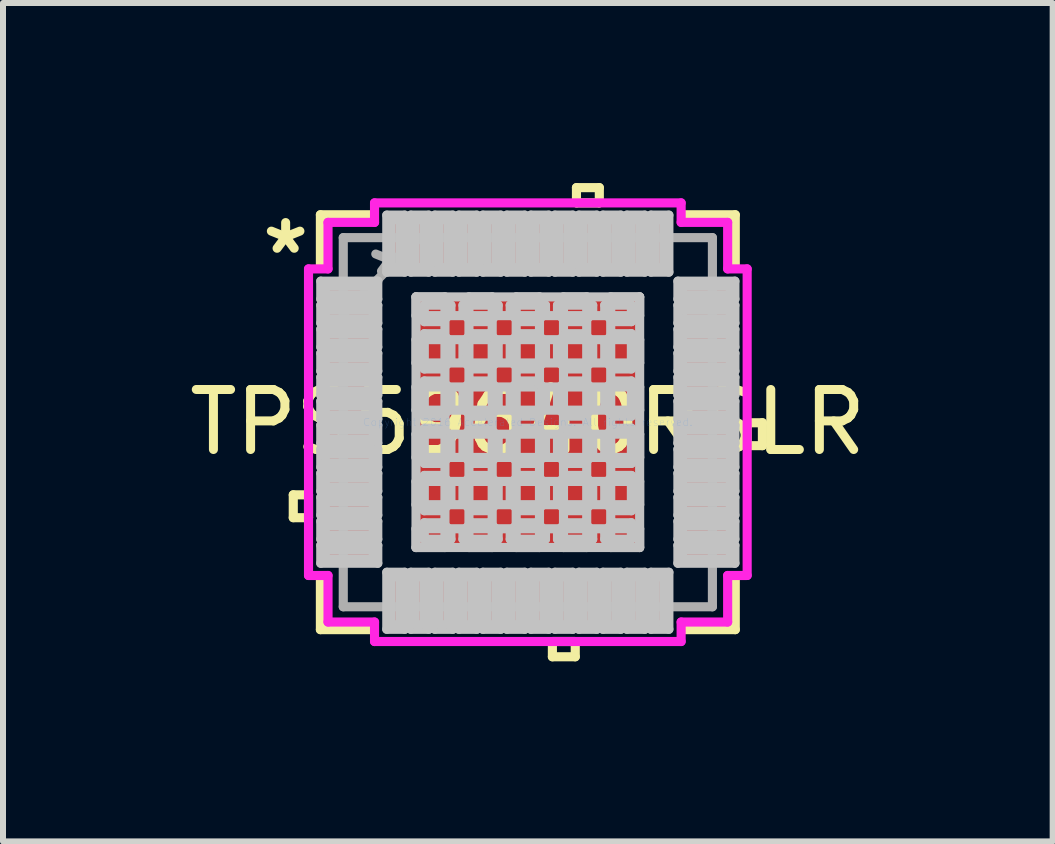
<source format=kicad_pcb>
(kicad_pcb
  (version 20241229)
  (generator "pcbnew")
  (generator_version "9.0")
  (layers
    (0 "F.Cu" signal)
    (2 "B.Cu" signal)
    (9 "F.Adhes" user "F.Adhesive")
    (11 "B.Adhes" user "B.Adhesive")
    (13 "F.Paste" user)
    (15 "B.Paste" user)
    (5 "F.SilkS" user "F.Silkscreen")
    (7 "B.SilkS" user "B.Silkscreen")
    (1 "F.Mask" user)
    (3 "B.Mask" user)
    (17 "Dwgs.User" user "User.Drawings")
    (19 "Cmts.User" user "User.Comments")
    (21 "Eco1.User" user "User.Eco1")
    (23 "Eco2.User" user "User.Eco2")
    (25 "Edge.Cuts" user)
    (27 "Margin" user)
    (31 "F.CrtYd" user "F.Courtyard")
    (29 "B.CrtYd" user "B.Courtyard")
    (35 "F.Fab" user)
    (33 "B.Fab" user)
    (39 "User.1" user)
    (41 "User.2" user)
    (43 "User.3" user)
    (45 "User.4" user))
  (footprint "TPS59640RSLR"
    (layer "F.Cu")
    (at 5.744 3.984)
    (property "Reference" "TPS59640RSLR" (at 0 0 0) (layer "F.SilkS") (effects (font (size 1 1) (thickness 0.15))))
    (attr through_hole)
    (fp_line (start -3.908 1.21) (end -3.908 1.591) (stroke (width 0.152) (type solid)) (layer "F.SilkS"))
    (fp_line (start -3.908 1.591) (end -3.654 1.591) (stroke (width 0.152) (type solid)) (layer "F.SilkS"))
    (fp_line (start -3.654 1.21) (end -3.908 1.21) (stroke (width 0.152) (type solid)) (layer "F.SilkS"))
    (fp_line (start -3.654 1.591) (end -3.654 1.21) (stroke (width 0.152) (type solid)) (layer "F.SilkS"))
    (fp_line (start -3.456 -3.456) (end -3.456 -2.628) (stroke (width 0.152) (type solid)) (layer "F.SilkS"))
    (fp_line (start -3.456 2.628) (end -3.456 3.456) (stroke (width 0.152) (type solid)) (layer "F.SilkS"))
    (fp_line (start -3.456 3.456) (end -2.628 3.456) (stroke (width 0.152) (type solid)) (layer "F.SilkS"))
    (fp_line (start -2.628 -3.456) (end -3.456 -3.456) (stroke (width 0.152) (type solid)) (layer "F.SilkS"))
    (fp_line (start 0.409 3.654) (end 0.409 3.908) (stroke (width 0.152) (type solid)) (layer "F.SilkS"))
    (fp_line (start 0.409 3.908) (end 0.79 3.908) (stroke (width 0.152) (type solid)) (layer "F.SilkS"))
    (fp_line (start 0.79 3.654) (end 0.409 3.654) (stroke (width 0.152) (type solid)) (layer "F.SilkS"))
    (fp_line (start 0.79 3.908) (end 0.79 3.654) (stroke (width 0.152) (type solid)) (layer "F.SilkS"))
    (fp_line (start 0.81 -3.908) (end 1.191 -3.908) (stroke (width 0.152) (type solid)) (layer "F.SilkS"))
    (fp_line (start 0.81 -3.654) (end 0.81 -3.908) (stroke (width 0.152) (type solid)) (layer "F.SilkS"))
    (fp_line (start 1.191 -3.908) (end 1.191 -3.654) (stroke (width 0.152) (type solid)) (layer "F.SilkS"))
    (fp_line (start 1.191 -3.654) (end 0.81 -3.654) (stroke (width 0.152) (type solid)) (layer "F.SilkS"))
    (fp_line (start 2.628 3.456) (end 3.456 3.456) (stroke (width 0.152) (type solid)) (layer "F.SilkS"))
    (fp_line (start 3.456 -3.456) (end 2.628 -3.456) (stroke (width 0.152) (type solid)) (layer "F.SilkS"))
    (fp_line (start 3.456 -2.628) (end 3.456 -3.456) (stroke (width 0.152) (type solid)) (layer "F.SilkS"))
    (fp_line (start 3.456 3.456) (end 3.456 2.628) (stroke (width 0.152) (type solid)) (layer "F.SilkS"))
    (fp_line (start 3.654 0.009) (end 3.908 0.009) (stroke (width 0.152) (type solid)) (layer "F.SilkS"))
    (fp_line (start 3.654 0.391) (end 3.654 0.009) (stroke (width 0.152) (type solid)) (layer "F.SilkS"))
    (fp_line (start 3.908 0.009) (end 3.908 0.391) (stroke (width 0.152) (type solid)) (layer "F.SilkS"))
    (fp_line (start 3.908 0.391) (end 3.654 0.391) (stroke (width 0.152) (type solid)) (layer "F.SilkS"))
    (fp_line (start -3.45 -2.35) (end -3.45 -2.05) (stroke (width 0.152) (type solid)) (layer "Dwgs.User"))
    (fp_line (start -3.45 -2.05) (end -2.5 -2.05) (stroke (width 0.152) (type solid)) (layer "Dwgs.User"))
    (fp_line (start -3.45 -1.95) (end -3.45 -1.65) (stroke (width 0.152) (type solid)) (layer "Dwgs.User"))
    (fp_line (start -3.45 -1.65) (end -2.5 -1.65) (stroke (width 0.152) (type solid)) (layer "Dwgs.User"))
    (fp_line (start -3.45 -1.55) (end -3.45 -1.25) (stroke (width 0.152) (type solid)) (layer "Dwgs.User"))
    (fp_line (start -3.45 -1.25) (end -2.5 -1.25) (stroke (width 0.152) (type solid)) (layer "Dwgs.User"))
    (fp_line (start -3.45 -1.15) (end -3.45 -0.85) (stroke (width 0.152) (type solid)) (layer "Dwgs.User"))
    (fp_line (start -3.45 -0.85) (end -2.5 -0.85) (stroke (width 0.152) (type solid)) (layer "Dwgs.User"))
    (fp_line (start -3.45 -0.75) (end -3.45 -0.45) (stroke (width 0.152) (type solid)) (layer "Dwgs.User"))
    (fp_line (start -3.45 -0.45) (end -2.5 -0.45) (stroke (width 0.152) (type solid)) (layer "Dwgs.User"))
    (fp_line (start -3.45 -0.35) (end -3.45 -0.05) (stroke (width 0.152) (type solid)) (layer "Dwgs.User"))
    (fp_line (start -3.45 -0.05) (end -2.5 -0.05) (stroke (width 0.152) (type solid)) (layer "Dwgs.User"))
    (fp_line (start -3.45 0.05) (end -3.45 0.35) (stroke (width 0.152) (type solid)) (layer "Dwgs.User"))
    (fp_line (start -3.45 0.35) (end -2.5 0.35) (stroke (width 0.152) (type solid)) (layer "Dwgs.User"))
    (fp_line (start -3.45 0.45) (end -3.45 0.75) (stroke (width 0.152) (type solid)) (layer "Dwgs.User"))
    (fp_line (start -3.45 0.75) (end -2.5 0.75) (stroke (width 0.152) (type solid)) (layer "Dwgs.User"))
    (fp_line (start -3.45 0.85) (end -3.45 1.15) (stroke (width 0.152) (type solid)) (layer "Dwgs.User"))
    (fp_line (start -3.45 1.15) (end -2.5 1.15) (stroke (width 0.152) (type solid)) (layer "Dwgs.User"))
    (fp_line (start -3.45 1.25) (end -3.45 1.55) (stroke (width 0.152) (type solid)) (layer "Dwgs.User"))
    (fp_line (start -3.45 1.55) (end -2.5 1.55) (stroke (width 0.152) (type solid)) (layer "Dwgs.User"))
    (fp_line (start -3.45 1.65) (end -3.45 1.95) (stroke (width 0.152) (type solid)) (layer "Dwgs.User"))
    (fp_line (start -3.45 1.95) (end -2.5 1.95) (stroke (width 0.152) (type solid)) (layer "Dwgs.User"))
    (fp_line (start -3.45 2.05) (end -3.45 2.35) (stroke (width 0.152) (type solid)) (layer "Dwgs.User"))
    (fp_line (start -3.45 2.35) (end -2.5 2.35) (stroke (width 0.152) (type solid)) (layer "Dwgs.User"))
    (fp_line (start -3.375 -2.275) (end -3.375 -2.125) (stroke (width 0.152) (type solid)) (layer "Dwgs.User"))
    (fp_line (start -3.375 -2.125) (end -2.575 -2.125) (stroke (width 0.152) (type solid)) (layer "Dwgs.User"))
    (fp_line (start -3.375 -1.875) (end -3.375 -1.725) (stroke (width 0.152) (type solid)) (layer "Dwgs.User"))
    (fp_line (start -3.375 -1.725) (end -2.575 -1.725) (stroke (width 0.152) (type solid)) (layer "Dwgs.User"))
    (fp_line (start -3.375 -1.475) (end -3.375 -1.325) (stroke (width 0.152) (type solid)) (layer "Dwgs.User"))
    (fp_line (start -3.375 -1.325) (end -2.575 -1.325) (stroke (width 0.152) (type solid)) (layer "Dwgs.User"))
    (fp_line (start -3.375 -1.075) (end -3.375 -0.925) (stroke (width 0.152) (type solid)) (layer "Dwgs.User"))
    (fp_line (start -3.375 -0.925) (end -2.575 -0.925) (stroke (width 0.152) (type solid)) (layer "Dwgs.User"))
    (fp_line (start -3.375 -0.675) (end -3.375 -0.525) (stroke (width 0.152) (type solid)) (layer "Dwgs.User"))
    (fp_line (start -3.375 -0.525) (end -2.575 -0.525) (stroke (width 0.152) (type solid)) (layer "Dwgs.User"))
    (fp_line (start -3.375 -0.275) (end -3.375 -0.125) (stroke (width 0.152) (type solid)) (layer "Dwgs.User"))
    (fp_line (start -3.375 -0.125) (end -2.575 -0.125) (stroke (width 0.152) (type solid)) (layer "Dwgs.User"))
    (fp_line (start -3.375 0.125) (end -3.375 0.275) (stroke (width 0.152) (type solid)) (layer "Dwgs.User"))
    (fp_line (start -3.375 0.275) (end -2.575 0.275) (stroke (width 0.152) (type solid)) (layer "Dwgs.User"))
    (fp_line (start -3.375 0.525) (end -3.375 0.675) (stroke (width 0.152) (type solid)) (layer "Dwgs.User"))
    (fp_line (start -3.375 0.675) (end -2.575 0.675) (stroke (width 0.152) (type solid)) (layer "Dwgs.User"))
    (fp_line (start -3.375 0.925) (end -3.375 1.075) (stroke (width 0.152) (type solid)) (layer "Dwgs.User"))
    (fp_line (start -3.375 1.075) (end -2.575 1.075) (stroke (width 0.152) (type solid)) (layer "Dwgs.User"))
    (fp_line (start -3.375 1.325) (end -3.375 1.475) (stroke (width 0.152) (type solid)) (layer "Dwgs.User"))
    (fp_line (start -3.375 1.475) (end -2.575 1.475) (stroke (width 0.152) (type solid)) (layer "Dwgs.User"))
    (fp_line (start -3.375 1.725) (end -3.375 1.875) (stroke (width 0.152) (type solid)) (layer "Dwgs.User"))
    (fp_line (start -3.375 1.875) (end -2.575 1.875) (stroke (width 0.152) (type solid)) (layer "Dwgs.User"))
    (fp_line (start -3.375 2.125) (end -3.375 2.275) (stroke (width 0.152) (type solid)) (layer "Dwgs.User"))
    (fp_line (start -3.375 2.275) (end -2.575 2.275) (stroke (width 0.152) (type solid)) (layer "Dwgs.User"))
    (fp_line (start -2.575 -2.275) (end -3.375 -2.275) (stroke (width 0.152) (type solid)) (layer "Dwgs.User"))
    (fp_line (start -2.575 -2.125) (end -2.575 -2.275) (stroke (width 0.152) (type solid)) (layer "Dwgs.User"))
    (fp_line (start -2.575 -1.875) (end -3.375 -1.875) (stroke (width 0.152) (type solid)) (layer "Dwgs.User"))
    (fp_line (start -2.575 -1.725) (end -2.575 -1.875) (stroke (width 0.152) (type solid)) (layer "Dwgs.User"))
    (fp_line (start -2.575 -1.475) (end -3.375 -1.475) (stroke (width 0.152) (type solid)) (layer "Dwgs.User"))
    (fp_line (start -2.575 -1.325) (end -2.575 -1.475) (stroke (width 0.152) (type solid)) (layer "Dwgs.User"))
    (fp_line (start -2.575 -1.075) (end -3.375 -1.075) (stroke (width 0.152) (type solid)) (layer "Dwgs.User"))
    (fp_line (start -2.575 -0.925) (end -2.575 -1.075) (stroke (width 0.152) (type solid)) (layer "Dwgs.User"))
    (fp_line (start -2.575 -0.675) (end -3.375 -0.675) (stroke (width 0.152) (type solid)) (layer "Dwgs.User"))
    (fp_line (start -2.575 -0.525) (end -2.575 -0.675) (stroke (width 0.152) (type solid)) (layer "Dwgs.User"))
    (fp_line (start -2.575 -0.275) (end -3.375 -0.275) (stroke (width 0.152) (type solid)) (layer "Dwgs.User"))
    (fp_line (start -2.575 -0.125) (end -2.575 -0.275) (stroke (width 0.152) (type solid)) (layer "Dwgs.User"))
    (fp_line (start -2.575 0.125) (end -3.375 0.125) (stroke (width 0.152) (type solid)) (layer "Dwgs.User"))
    (fp_line (start -2.575 0.275) (end -2.575 0.125) (stroke (width 0.152) (type solid)) (layer "Dwgs.User"))
    (fp_line (start -2.575 0.525) (end -3.375 0.525) (stroke (width 0.152) (type solid)) (layer "Dwgs.User"))
    (fp_line (start -2.575 0.675) (end -2.575 0.525) (stroke (width 0.152) (type solid)) (layer "Dwgs.User"))
    (fp_line (start -2.575 0.925) (end -3.375 0.925) (stroke (width 0.152) (type solid)) (layer "Dwgs.User"))
    (fp_line (start -2.575 1.075) (end -2.575 0.925) (stroke (width 0.152) (type solid)) (layer "Dwgs.User"))
    (fp_line (start -2.575 1.325) (end -3.375 1.325) (stroke (width 0.152) (type solid)) (layer "Dwgs.User"))
    (fp_line (start -2.575 1.475) (end -2.575 1.325) (stroke (width 0.152) (type solid)) (layer "Dwgs.User"))
    (fp_line (start -2.575 1.725) (end -3.375 1.725) (stroke (width 0.152) (type solid)) (layer "Dwgs.User"))
    (fp_line (start -2.575 1.875) (end -2.575 1.725) (stroke (width 0.152) (type solid)) (layer "Dwgs.User"))
    (fp_line (start -2.575 2.125) (end -3.375 2.125) (stroke (width 0.152) (type solid)) (layer "Dwgs.User"))
    (fp_line (start -2.575 2.275) (end -2.575 2.125) (stroke (width 0.152) (type solid)) (layer "Dwgs.User"))
    (fp_line (start -2.5 -2.35) (end -3.45 -2.35) (stroke (width 0.152) (type solid)) (layer "Dwgs.User"))
    (fp_line (start -2.5 -2.05) (end -2.5 -2.35) (stroke (width 0.152) (type solid)) (layer "Dwgs.User"))
    (fp_line (start -2.5 -1.95) (end -3.45 -1.95) (stroke (width 0.152) (type solid)) (layer "Dwgs.User"))
    (fp_line (start -2.5 -1.65) (end -2.5 -1.95) (stroke (width 0.152) (type solid)) (layer "Dwgs.User"))
    (fp_line (start -2.5 -1.55) (end -3.45 -1.55) (stroke (width 0.152) (type solid)) (layer "Dwgs.User"))
    (fp_line (start -2.5 -1.25) (end -2.5 -1.55) (stroke (width 0.152) (type solid)) (layer "Dwgs.User"))
    (fp_line (start -2.5 -1.15) (end -3.45 -1.15) (stroke (width 0.152) (type solid)) (layer "Dwgs.User"))
    (fp_line (start -2.5 -0.85) (end -2.5 -1.15) (stroke (width 0.152) (type solid)) (layer "Dwgs.User"))
    (fp_line (start -2.5 -0.75) (end -3.45 -0.75) (stroke (width 0.152) (type solid)) (layer "Dwgs.User"))
    (fp_line (start -2.5 -0.45) (end -2.5 -0.75) (stroke (width 0.152) (type solid)) (layer "Dwgs.User"))
    (fp_line (start -2.5 -0.35) (end -3.45 -0.35) (stroke (width 0.152) (type solid)) (layer "Dwgs.User"))
    (fp_line (start -2.5 -0.05) (end -2.5 -0.35) (stroke (width 0.152) (type solid)) (layer "Dwgs.User"))
    (fp_line (start -2.5 0.05) (end -3.45 0.05) (stroke (width 0.152) (type solid)) (layer "Dwgs.User"))
    (fp_line (start -2.5 0.35) (end -2.5 0.05) (stroke (width 0.152) (type solid)) (layer "Dwgs.User"))
    (fp_line (start -2.5 0.45) (end -3.45 0.45) (stroke (width 0.152) (type solid)) (layer "Dwgs.User"))
    (fp_line (start -2.5 0.75) (end -2.5 0.45) (stroke (width 0.152) (type solid)) (layer "Dwgs.User"))
    (fp_line (start -2.5 0.85) (end -3.45 0.85) (stroke (width 0.152) (type solid)) (layer "Dwgs.User"))
    (fp_line (start -2.5 1.15) (end -2.5 0.85) (stroke (width 0.152) (type solid)) (layer "Dwgs.User"))
    (fp_line (start -2.5 1.25) (end -3.45 1.25) (stroke (width 0.152) (type solid)) (layer "Dwgs.User"))
    (fp_line (start -2.5 1.55) (end -2.5 1.25) (stroke (width 0.152) (type solid)) (layer "Dwgs.User"))
    (fp_line (start -2.5 1.65) (end -3.45 1.65) (stroke (width 0.152) (type solid)) (layer "Dwgs.User"))
    (fp_line (start -2.5 1.95) (end -2.5 1.65) (stroke (width 0.152) (type solid)) (layer "Dwgs.User"))
    (fp_line (start -2.5 2.05) (end -3.45 2.05) (stroke (width 0.152) (type solid)) (layer "Dwgs.User"))
    (fp_line (start -2.5 2.35) (end -2.5 2.05) (stroke (width 0.152) (type solid)) (layer "Dwgs.User"))
    (fp_line (start -2.35 -3.45) (end -2.35 -2.5) (stroke (width 0.152) (type solid)) (layer "Dwgs.User"))
    (fp_line (start -2.35 -2.5) (end -2.05 -2.5) (stroke (width 0.152) (type solid)) (layer "Dwgs.User"))
    (fp_line (start -2.35 2.5) (end -2.35 3.45) (stroke (width 0.152) (type solid)) (layer "Dwgs.User"))
    (fp_line (start -2.35 3.45) (end -2.05 3.45) (stroke (width 0.152) (type solid)) (layer "Dwgs.User"))
    (fp_line (start -2.275 -3.375) (end -2.275 -2.575) (stroke (width 0.152) (type solid)) (layer "Dwgs.User"))
    (fp_line (start -2.275 -2.575) (end -2.125 -2.575) (stroke (width 0.152) (type solid)) (layer "Dwgs.User"))
    (fp_line (start -2.275 2.575) (end -2.275 3.375) (stroke (width 0.152) (type solid)) (layer "Dwgs.User"))
    (fp_line (start -2.275 3.375) (end -2.125 3.375) (stroke (width 0.152) (type solid)) (layer "Dwgs.User"))
    (fp_line (start -2.125 -3.375) (end -2.275 -3.375) (stroke (width 0.152) (type solid)) (layer "Dwgs.User"))
    (fp_line (start -2.125 -2.575) (end -2.125 -3.375) (stroke (width 0.152) (type solid)) (layer "Dwgs.User"))
    (fp_line (start -2.125 2.575) (end -2.275 2.575) (stroke (width 0.152) (type solid)) (layer "Dwgs.User"))
    (fp_line (start -2.125 3.375) (end -2.125 2.575) (stroke (width 0.152) (type solid)) (layer "Dwgs.User"))
    (fp_line (start -2.05 -3.45) (end -2.35 -3.45) (stroke (width 0.152) (type solid)) (layer "Dwgs.User"))
    (fp_line (start -2.05 -2.5) (end -2.05 -3.45) (stroke (width 0.152) (type solid)) (layer "Dwgs.User"))
    (fp_line (start -2.05 2.5) (end -2.35 2.5) (stroke (width 0.152) (type solid)) (layer "Dwgs.User"))
    (fp_line (start -2.05 3.45) (end -2.05 2.5) (stroke (width 0.152) (type solid)) (layer "Dwgs.User"))
    (fp_line (start -1.95 -3.45) (end -1.95 -2.5) (stroke (width 0.152) (type solid)) (layer "Dwgs.User"))
    (fp_line (start -1.95 -2.5) (end -1.65 -2.5) (stroke (width 0.152) (type solid)) (layer "Dwgs.User"))
    (fp_line (start -1.95 2.5) (end -1.95 3.45) (stroke (width 0.152) (type solid)) (layer "Dwgs.User"))
    (fp_line (start -1.95 3.45) (end -1.65 3.45) (stroke (width 0.152) (type solid)) (layer "Dwgs.User"))
    (fp_line (start -1.875 -3.375) (end -1.875 -2.575) (stroke (width 0.152) (type solid)) (layer "Dwgs.User"))
    (fp_line (start -1.875 -2.575) (end -1.725 -2.575) (stroke (width 0.152) (type solid)) (layer "Dwgs.User"))
    (fp_line (start -1.875 2.575) (end -1.875 3.375) (stroke (width 0.152) (type solid)) (layer "Dwgs.User"))
    (fp_line (start -1.875 3.375) (end -1.725 3.375) (stroke (width 0.152) (type solid)) (layer "Dwgs.User"))
    (fp_line (start -1.863 -2.088) (end -1.381 -2.088) (stroke (width 0.152) (type solid)) (layer "Dwgs.User"))
    (fp_line (start -1.863 -2.088) (end 1.863 -2.088) (stroke (width 0.152) (type solid)) (layer "Dwgs.User"))
    (fp_line (start -1.863 -1.775) (end -1.863 -2.088) (stroke (width 0.152) (type solid)) (layer "Dwgs.User"))
    (fp_line (start -1.863 -1.375) (end 1.863 -1.375) (stroke (width 0.152) (type solid)) (layer "Dwgs.User"))
    (fp_line (start -1.863 -0.987) (end -1.863 -1.375) (stroke (width 0.152) (type solid)) (layer "Dwgs.User"))
    (fp_line (start -1.863 -0.587) (end 1.863 -0.587) (stroke (width 0.152) (type solid)) (layer "Dwgs.User"))
    (fp_line (start -1.863 -0.2) (end -1.863 -0.587) (stroke (width 0.152) (type solid)) (layer "Dwgs.User"))
    (fp_line (start -1.863 0.2) (end 1.863 0.2) (stroke (width 0.152) (type solid)) (layer "Dwgs.User"))
    (fp_line (start -1.863 0.587) (end -1.863 0.2) (stroke (width 0.152) (type solid)) (layer "Dwgs.User"))
    (fp_line (start -1.863 0.987) (end 1.863 0.987) (stroke (width 0.152) (type solid)) (layer "Dwgs.User"))
    (fp_line (start -1.863 1.375) (end -1.863 0.987) (stroke (width 0.152) (type solid)) (layer "Dwgs.User"))
    (fp_line (start -1.863 1.775) (end 1.863 1.775) (stroke (width 0.152) (type solid)) (layer "Dwgs.User"))
    (fp_line (start -1.863 2.088) (end -1.863 -2.088) (stroke (width 0.152) (type solid)) (layer "Dwgs.User"))
    (fp_line (start -1.863 2.088) (end -1.863 1.775) (stroke (width 0.152) (type solid)) (layer "Dwgs.User"))
    (fp_line (start -1.725 -1.95) (end -1.725 -1.675) (stroke (width 0.152) (type solid)) (layer "Dwgs.User"))
    (fp_line (start -1.725 -1.675) (end -1.423 -1.675) (stroke (width 0.152) (type solid)) (layer "Dwgs.User"))
    (fp_line (start -1.725 -1.475) (end -1.725 -0.887) (stroke (width 0.152) (type solid)) (layer "Dwgs.User"))
    (fp_line (start -1.725 -0.887) (end -1.423 -0.887) (stroke (width 0.152) (type solid)) (layer "Dwgs.User"))
    (fp_line (start -1.725 -0.687) (end -1.725 -0.1) (stroke (width 0.152) (type solid)) (layer "Dwgs.User"))
    (fp_line (start -1.725 -0.1) (end -1.423 -0.1) (stroke (width 0.152) (type solid)) (layer "Dwgs.User"))
    (fp_line (start -1.725 0.1) (end -1.725 0.687) (stroke (width 0.152) (type solid)) (layer "Dwgs.User"))
    (fp_line (start -1.725 0.687) (end -1.423 0.687) (stroke (width 0.152) (type solid)) (layer "Dwgs.User"))
    (fp_line (start -1.725 0.887) (end -1.725 1.475) (stroke (width 0.152) (type solid)) (layer "Dwgs.User"))
    (fp_line (start -1.725 1.475) (end -1.423 1.475) (stroke (width 0.152) (type solid)) (layer "Dwgs.User"))
    (fp_line (start -1.725 1.675) (end -1.725 1.95) (stroke (width 0.152) (type solid)) (layer "Dwgs.User"))
    (fp_line (start -1.725 1.95) (end -1.281 1.95) (stroke (width 0.152) (type solid)) (layer "Dwgs.User"))
    (fp_line (start -1.725 -3.375) (end -1.875 -3.375) (stroke (width 0.152) (type solid)) (layer "Dwgs.User"))
    (fp_line (start -1.725 -2.575) (end -1.725 -3.375) (stroke (width 0.152) (type solid)) (layer "Dwgs.User"))
    (fp_line (start -1.725 2.575) (end -1.875 2.575) (stroke (width 0.152) (type solid)) (layer "Dwgs.User"))
    (fp_line (start -1.725 3.375) (end -1.725 2.575) (stroke (width 0.152) (type solid)) (layer "Dwgs.User"))
    (fp_line (start -1.65 -3.45) (end -1.95 -3.45) (stroke (width 0.152) (type solid)) (layer "Dwgs.User"))
    (fp_line (start -1.65 -2.5) (end -1.65 -3.45) (stroke (width 0.152) (type solid)) (layer "Dwgs.User"))
    (fp_line (start -1.65 2.5) (end -1.95 2.5) (stroke (width 0.152) (type solid)) (layer "Dwgs.User"))
    (fp_line (start -1.65 3.45) (end -1.65 2.5) (stroke (width 0.152) (type solid)) (layer "Dwgs.User"))
    (fp_line (start -1.55 -3.45) (end -1.55 -2.5) (stroke (width 0.152) (type solid)) (layer "Dwgs.User"))
    (fp_line (start -1.55 -2.5) (end -1.25 -2.5) (stroke (width 0.152) (type solid)) (layer "Dwgs.User"))
    (fp_line (start -1.55 2.5) (end -1.55 3.45) (stroke (width 0.152) (type solid)) (layer "Dwgs.User"))
    (fp_line (start -1.55 3.45) (end -1.25 3.45) (stroke (width 0.152) (type solid)) (layer "Dwgs.User"))
    (fp_line (start -1.475 -3.375) (end -1.475 -2.575) (stroke (width 0.152) (type solid)) (layer "Dwgs.User"))
    (fp_line (start -1.475 -2.575) (end -1.325 -2.575) (stroke (width 0.152) (type solid)) (layer "Dwgs.User"))
    (fp_line (start -1.475 2.575) (end -1.475 3.375) (stroke (width 0.152) (type solid)) (layer "Dwgs.User"))
    (fp_line (start -1.475 3.375) (end -1.325 3.375) (stroke (width 0.152) (type solid)) (layer "Dwgs.User"))
    (fp_line (start -1.423 -1.675) (end -1.423 -1.675) (stroke (width 0.152) (type solid)) (layer "Dwgs.User"))
    (fp_line (start -1.423 -1.675) (end -1.281 -1.816) (stroke (width 0.152) (type solid)) (layer "Dwgs.User"))
    (fp_line (start -1.423 -1.475) (end -1.725 -1.475) (stroke (width 0.152) (type solid)) (layer "Dwgs.User"))
    (fp_line (start -1.423 -1.475) (end -1.423 -1.475) (stroke (width 0.152) (type solid)) (layer "Dwgs.User"))
    (fp_line (start -1.423 -0.887) (end -1.423 -0.887) (stroke (width 0.152) (type solid)) (layer "Dwgs.User"))
    (fp_line (start -1.423 -0.887) (end -1.281 -1.029) (stroke (width 0.152) (type solid)) (layer "Dwgs.User"))
    (fp_line (start -1.423 -0.687) (end -1.725 -0.687) (stroke (width 0.152) (type solid)) (layer "Dwgs.User"))
    (fp_line (start -1.423 -0.687) (end -1.423 -0.687) (stroke (width 0.152) (type solid)) (layer "Dwgs.User"))
    (fp_line (start -1.423 -0.1) (end -1.423 -0.1) (stroke (width 0.152) (type solid)) (layer "Dwgs.User"))
    (fp_line (start -1.423 -0.1) (end -1.281 -0.241) (stroke (width 0.152) (type solid)) (layer "Dwgs.User"))
    (fp_line (start -1.423 0.1) (end -1.725 0.1) (stroke (width 0.152) (type solid)) (layer "Dwgs.User"))
    (fp_line (start -1.423 0.1) (end -1.423 0.1) (stroke (width 0.152) (type solid)) (layer "Dwgs.User"))
    (fp_line (start -1.423 0.687) (end -1.423 0.687) (stroke (width 0.152) (type solid)) (layer "Dwgs.User"))
    (fp_line (start -1.423 0.687) (end -1.281 0.546) (stroke (width 0.152) (type solid)) (layer "Dwgs.User"))
    (fp_line (start -1.423 0.887) (end -1.725 0.887) (stroke (width 0.152) (type solid)) (layer "Dwgs.User"))
    (fp_line (start -1.423 0.887) (end -1.423 0.887) (stroke (width 0.152) (type solid)) (layer "Dwgs.User"))
    (fp_line (start -1.423 1.475) (end -1.423 1.475) (stroke (width 0.152) (type solid)) (layer "Dwgs.User"))
    (fp_line (start -1.423 1.475) (end -1.281 1.333) (stroke (width 0.152) (type solid)) (layer "Dwgs.User"))
    (fp_line (start -1.423 1.675) (end -1.725 1.675) (stroke (width 0.152) (type solid)) (layer "Dwgs.User"))
    (fp_line (start -1.423 1.675) (end -1.423 1.675) (stroke (width 0.152) (type solid)) (layer "Dwgs.User"))
    (fp_line (start -1.381 -2.088) (end -1.381 2.088) (stroke (width 0.152) (type solid)) (layer "Dwgs.User"))
    (fp_line (start -1.381 2.088) (end -1.863 2.088) (stroke (width 0.152) (type solid)) (layer "Dwgs.User"))
    (fp_line (start -1.325 2.575) (end -1.475 2.575) (stroke (width 0.152) (type solid)) (layer "Dwgs.User"))
    (fp_line (start -1.325 3.375) (end -1.325 2.575) (stroke (width 0.152) (type solid)) (layer "Dwgs.User"))
    (fp_line (start -1.325 -3.375) (end -1.475 -3.375) (stroke (width 0.152) (type solid)) (layer "Dwgs.User"))
    (fp_line (start -1.325 -2.575) (end -1.325 -3.375) (stroke (width 0.152) (type solid)) (layer "Dwgs.User"))
    (fp_line (start -1.281 -1.95) (end -1.725 -1.95) (stroke (width 0.152) (type solid)) (layer "Dwgs.User"))
    (fp_line (start -1.281 -1.816) (end -1.281 -1.95) (stroke (width 0.152) (type solid)) (layer "Dwgs.User"))
    (fp_line (start -1.281 -1.816) (end -1.281 -1.816) (stroke (width 0.152) (type solid)) (layer "Dwgs.User"))
    (fp_line (start -1.281 -1.333) (end -1.423 -1.475) (stroke (width 0.152) (type solid)) (layer "Dwgs.User"))
    (fp_line (start -1.281 -1.333) (end -1.281 -1.333) (stroke (width 0.152) (type solid)) (layer "Dwgs.User"))
    (fp_line (start -1.281 -1.029) (end -1.281 -1.333) (stroke (width 0.152) (type solid)) (layer "Dwgs.User"))
    (fp_line (start -1.281 -1.029) (end -1.281 -1.029) (stroke (width 0.152) (type solid)) (layer "Dwgs.User"))
    (fp_line (start -1.281 -0.546) (end -1.423 -0.687) (stroke (width 0.152) (type solid)) (layer "Dwgs.User"))
    (fp_line (start -1.281 -0.546) (end -1.281 -0.546) (stroke (width 0.152) (type solid)) (layer "Dwgs.User"))
    (fp_line (start -1.281 -0.241) (end -1.281 -0.546) (stroke (width 0.152) (type solid)) (layer "Dwgs.User"))
    (fp_line (start -1.281 -0.241) (end -1.281 -0.241) (stroke (width 0.152) (type solid)) (layer "Dwgs.User"))
    (fp_line (start -1.281 0.241) (end -1.423 0.1) (stroke (width 0.152) (type solid)) (layer "Dwgs.User"))
    (fp_line (start -1.281 0.241) (end -1.281 0.241) (stroke (width 0.152) (type solid)) (layer "Dwgs.User"))
    (fp_line (start -1.281 0.546) (end -1.281 0.241) (stroke (width 0.152) (type solid)) (layer "Dwgs.User"))
    (fp_line (start -1.281 0.546) (end -1.281 0.546) (stroke (width 0.152) (type solid)) (layer "Dwgs.User"))
    (fp_line (start -1.281 1.029) (end -1.423 0.887) (stroke (width 0.152) (type solid)) (layer "Dwgs.User"))
    (fp_line (start -1.281 1.029) (end -1.281 1.029) (stroke (width 0.152) (type solid)) (layer "Dwgs.User"))
    (fp_line (start -1.281 1.333) (end -1.281 1.029) (stroke (width 0.152) (type solid)) (layer "Dwgs.User"))
    (fp_line (start -1.281 1.333) (end -1.281 1.333) (stroke (width 0.152) (type solid)) (layer "Dwgs.User"))
    (fp_line (start -1.281 1.816) (end -1.423 1.675) (stroke (width 0.152) (type solid)) (layer "Dwgs.User"))
    (fp_line (start -1.281 1.816) (end -1.281 1.816) (stroke (width 0.152) (type solid)) (layer "Dwgs.User"))
    (fp_line (start -1.281 1.95) (end -1.281 1.816) (stroke (width 0.152) (type solid)) (layer "Dwgs.User"))
    (fp_line (start -1.25 -3.45) (end -1.55 -3.45) (stroke (width 0.152) (type solid)) (layer "Dwgs.User"))
    (fp_line (start -1.25 -2.5) (end -1.25 -3.45) (stroke (width 0.152) (type solid)) (layer "Dwgs.User"))
    (fp_line (start -1.25 2.5) (end -1.55 2.5) (stroke (width 0.152) (type solid)) (layer "Dwgs.User"))
    (fp_line (start -1.25 3.45) (end -1.25 2.5) (stroke (width 0.152) (type solid)) (layer "Dwgs.User"))
    (fp_line (start -1.15 -3.45) (end -1.15 -2.5) (stroke (width 0.152) (type solid)) (layer "Dwgs.User"))
    (fp_line (start -1.15 -2.5) (end -0.85 -2.5) (stroke (width 0.152) (type solid)) (layer "Dwgs.User"))
    (fp_line (start -1.15 2.5) (end -1.15 3.45) (stroke (width 0.152) (type solid)) (layer "Dwgs.User"))
    (fp_line (start -1.15 3.45) (end -0.85 3.45) (stroke (width 0.152) (type solid)) (layer "Dwgs.User"))
    (fp_line (start -1.081 -1.95) (end -1.081 -1.816) (stroke (width 0.152) (type solid)) (layer "Dwgs.User"))
    (fp_line (start -1.081 -1.816) (end -1.081 -1.816) (stroke (width 0.152) (type solid)) (layer "Dwgs.User"))
    (fp_line (start -1.081 -1.816) (end -0.94 -1.675) (stroke (width 0.152) (type solid)) (layer "Dwgs.User"))
    (fp_line (start -1.081 -1.333) (end -1.081 -1.333) (stroke (width 0.152) (type solid)) (layer "Dwgs.User"))
    (fp_line (start -1.081 -1.333) (end -1.081 -1.029) (stroke (width 0.152) (type solid)) (layer "Dwgs.User"))
    (fp_line (start -1.081 -1.029) (end -1.081 -1.029) (stroke (width 0.152) (type solid)) (layer "Dwgs.User"))
    (fp_line (start -1.081 -1.029) (end -0.94 -0.887) (stroke (width 0.152) (type solid)) (layer "Dwgs.User"))
    (fp_line (start -1.081 -0.546) (end -1.081 -0.546) (stroke (width 0.152) (type solid)) (layer "Dwgs.User"))
    (fp_line (start -1.081 -0.546) (end -1.081 -0.241) (stroke (width 0.152) (type solid)) (layer "Dwgs.User"))
    (fp_line (start -1.081 -0.241) (end -1.081 -0.241) (stroke (width 0.152) (type solid)) (layer "Dwgs.User"))
    (fp_line (start -1.081 -0.241) (end -0.94 -0.1) (stroke (width 0.152) (type solid)) (layer "Dwgs.User"))
    (fp_line (start -1.081 0.241) (end -1.081 0.241) (stroke (width 0.152) (type solid)) (layer "Dwgs.User"))
    (fp_line (start -1.081 0.241) (end -1.081 0.546) (stroke (width 0.152) (type solid)) (layer "Dwgs.User"))
    (fp_line (start -1.081 0.546) (end -1.081 0.546) (stroke (width 0.152) (type solid)) (layer "Dwgs.User"))
    (fp_line (start -1.081 0.546) (end -0.94 0.687) (stroke (width 0.152) (type solid)) (layer "Dwgs.User"))
    (fp_line (start -1.081 1.029) (end -1.081 1.029) (stroke (width 0.152) (type solid)) (layer "Dwgs.User"))
    (fp_line (start -1.081 1.029) (end -1.081 1.333) (stroke (width 0.152) (type solid)) (layer "Dwgs.User"))
    (fp_line (start -1.081 1.333) (end -1.081 1.333) (stroke (width 0.152) (type solid)) (layer "Dwgs.User"))
    (fp_line (start -1.081 1.333) (end -0.94 1.475) (stroke (width 0.152) (type solid)) (layer "Dwgs.User"))
    (fp_line (start -1.081 1.816) (end -1.081 1.816) (stroke (width 0.152) (type solid)) (layer "Dwgs.User"))
    (fp_line (start -1.081 1.816) (end -1.081 1.95) (stroke (width 0.152) (type solid)) (layer "Dwgs.User"))
    (fp_line (start -1.081 1.95) (end -0.494 1.95) (stroke (width 0.152) (type solid)) (layer "Dwgs.User"))
    (fp_line (start -1.075 -3.375) (end -1.075 -2.575) (stroke (width 0.152) (type solid)) (layer "Dwgs.User"))
    (fp_line (start -1.075 -2.575) (end -0.925 -2.575) (stroke (width 0.152) (type solid)) (layer "Dwgs.User"))
    (fp_line (start -1.075 2.575) (end -1.075 3.375) (stroke (width 0.152) (type solid)) (layer "Dwgs.User"))
    (fp_line (start -1.075 3.375) (end -0.925 3.375) (stroke (width 0.152) (type solid)) (layer "Dwgs.User"))
    (fp_line (start -0.981 -2.088) (end -0.981 2.088) (stroke (width 0.152) (type solid)) (layer "Dwgs.User"))
    (fp_line (start -0.981 2.088) (end -0.594 2.088) (stroke (width 0.152) (type solid)) (layer "Dwgs.User"))
    (fp_line (start -0.94 -1.675) (end -0.94 -1.675) (stroke (width 0.152) (type solid)) (layer "Dwgs.User"))
    (fp_line (start -0.94 -1.675) (end -0.635 -1.675) (stroke (width 0.152) (type solid)) (layer "Dwgs.User"))
    (fp_line (start -0.94 -1.475) (end -1.081 -1.333) (stroke (width 0.152) (type solid)) (layer "Dwgs.User"))
    (fp_line (start -0.94 -1.475) (end -0.94 -1.475) (stroke (width 0.152) (type solid)) (layer "Dwgs.User"))
    (fp_line (start -0.94 -0.887) (end -0.94 -0.887) (stroke (width 0.152) (type solid)) (layer "Dwgs.User"))
    (fp_line (start -0.94 -0.887) (end -0.635 -0.887) (stroke (width 0.152) (type solid)) (layer "Dwgs.User"))
    (fp_line (start -0.94 -0.687) (end -1.081 -0.546) (stroke (width 0.152) (type solid)) (layer "Dwgs.User"))
    (fp_line (start -0.94 -0.687) (end -0.94 -0.687) (stroke (width 0.152) (type solid)) (layer "Dwgs.User"))
    (fp_line (start -0.94 -0.1) (end -0.94 -0.1) (stroke (width 0.152) (type solid)) (layer "Dwgs.User"))
    (fp_line (start -0.94 -0.1) (end -0.635 -0.1) (stroke (width 0.152) (type solid)) (layer "Dwgs.User"))
    (fp_line (start -0.94 0.1) (end -1.081 0.241) (stroke (width 0.152) (type solid)) (layer "Dwgs.User"))
    (fp_line (start -0.94 0.1) (end -0.94 0.1) (stroke (width 0.152) (type solid)) (layer "Dwgs.User"))
    (fp_line (start -0.94 0.687) (end -0.94 0.687) (stroke (width 0.152) (type solid)) (layer "Dwgs.User"))
    (fp_line (start -0.94 0.687) (end -0.635 0.687) (stroke (width 0.152) (type solid)) (layer "Dwgs.User"))
    (fp_line (start -0.94 0.887) (end -1.081 1.029) (stroke (width 0.152) (type solid)) (layer "Dwgs.User"))
    (fp_line (start -0.94 0.887) (end -0.94 0.887) (stroke (width 0.152) (type solid)) (layer "Dwgs.User"))
    (fp_line (start -0.94 1.475) (end -0.94 1.475) (stroke (width 0.152) (type solid)) (layer "Dwgs.User"))
    (fp_line (start -0.94 1.475) (end -0.635 1.475) (stroke (width 0.152) (type solid)) (layer "Dwgs.User"))
    (fp_line (start -0.94 1.675) (end -1.081 1.816) (stroke (width 0.152) (type solid)) (layer "Dwgs.User"))
    (fp_line (start -0.94 1.675) (end -0.94 1.675) (stroke (width 0.152) (type solid)) (layer "Dwgs.User"))
    (fp_line (start -0.925 -3.375) (end -1.075 -3.375) (stroke (width 0.152) (type solid)) (layer "Dwgs.User"))
    (fp_line (start -0.925 -2.575) (end -0.925 -3.375) (stroke (width 0.152) (type solid)) (layer "Dwgs.User"))
    (fp_line (start -0.925 2.575) (end -1.075 2.575) (stroke (width 0.152) (type solid)) (layer "Dwgs.User"))
    (fp_line (start -0.925 3.375) (end -0.925 2.575) (stroke (width 0.152) (type solid)) (layer "Dwgs.User"))
    (fp_line (start -0.85 -3.45) (end -1.15 -3.45) (stroke (width 0.152) (type solid)) (layer "Dwgs.User"))
    (fp_line (start -0.85 -2.5) (end -0.85 -3.45) (stroke (width 0.152) (type solid)) (layer "Dwgs.User"))
    (fp_line (start -0.85 2.5) (end -1.15 2.5) (stroke (width 0.152) (type solid)) (layer "Dwgs.User"))
    (fp_line (start -0.85 3.45) (end -0.85 2.5) (stroke (width 0.152) (type solid)) (layer "Dwgs.User"))
    (fp_line (start -0.75 2.5) (end -0.75 3.45) (stroke (width 0.152) (type solid)) (layer "Dwgs.User"))
    (fp_line (start -0.75 3.45) (end -0.45 3.45) (stroke (width 0.152) (type solid)) (layer "Dwgs.User"))
    (fp_line (start -0.75 -3.45) (end -0.75 -2.5) (stroke (width 0.152) (type solid)) (layer "Dwgs.User"))
    (fp_line (start -0.75 -2.5) (end -0.45 -2.5) (stroke (width 0.152) (type solid)) (layer "Dwgs.User"))
    (fp_line (start -0.675 -3.375) (end -0.675 -2.575) (stroke (width 0.152) (type solid)) (layer "Dwgs.User"))
    (fp_line (start -0.675 -2.575) (end -0.525 -2.575) (stroke (width 0.152) (type solid)) (layer "Dwgs.User"))
    (fp_line (start -0.675 2.575) (end -0.675 3.375) (stroke (width 0.152) (type solid)) (layer "Dwgs.User"))
    (fp_line (start -0.675 3.375) (end -0.525 3.375) (stroke (width 0.152) (type solid)) (layer "Dwgs.User"))
    (fp_line (start -0.635 -1.675) (end -0.635 -1.675) (stroke (width 0.152) (type solid)) (layer "Dwgs.User"))
    (fp_line (start -0.635 -1.675) (end -0.494 -1.816) (stroke (width 0.152) (type solid)) (layer "Dwgs.User"))
    (fp_line (start -0.635 -1.475) (end -0.94 -1.475) (stroke (width 0.152) (type solid)) (layer "Dwgs.User"))
    (fp_line (start -0.635 -1.475) (end -0.635 -1.475) (stroke (width 0.152) (type solid)) (layer "Dwgs.User"))
    (fp_line (start -0.635 -0.887) (end -0.635 -0.887) (stroke (width 0.152) (type solid)) (layer "Dwgs.User"))
    (fp_line (start -0.635 -0.887) (end -0.494 -1.029) (stroke (width 0.152) (type solid)) (layer "Dwgs.User"))
    (fp_line (start -0.635 -0.687) (end -0.94 -0.687) (stroke (width 0.152) (type solid)) (layer "Dwgs.User"))
    (fp_line (start -0.635 -0.687) (end -0.635 -0.687) (stroke (width 0.152) (type solid)) (layer "Dwgs.User"))
    (fp_line (start -0.635 -0.1) (end -0.635 -0.1) (stroke (width 0.152) (type solid)) (layer "Dwgs.User"))
    (fp_line (start -0.635 -0.1) (end -0.494 -0.241) (stroke (width 0.152) (type solid)) (layer "Dwgs.User"))
    (fp_line (start -0.635 0.1) (end -0.94 0.1) (stroke (width 0.152) (type solid)) (layer "Dwgs.User"))
    (fp_line (start -0.635 0.1) (end -0.635 0.1) (stroke (width 0.152) (type solid)) (layer "Dwgs.User"))
    (fp_line (start -0.635 0.687) (end -0.635 0.687) (stroke (width 0.152) (type solid)) (layer "Dwgs.User"))
    (fp_line (start -0.635 0.687) (end -0.494 0.546) (stroke (width 0.152) (type solid)) (layer "Dwgs.User"))
    (fp_line (start -0.635 0.887) (end -0.94 0.887) (stroke (width 0.152) (type solid)) (layer "Dwgs.User"))
    (fp_line (start -0.635 0.887) (end -0.635 0.887) (stroke (width 0.152) (type solid)) (layer "Dwgs.User"))
    (fp_line (start -0.635 1.475) (end -0.635 1.475) (stroke (width 0.152) (type solid)) (layer "Dwgs.User"))
    (fp_line (start -0.635 1.475) (end -0.494 1.333) (stroke (width 0.152) (type solid)) (layer "Dwgs.User"))
    (fp_line (start -0.635 1.675) (end -0.94 1.675) (stroke (width 0.152) (type solid)) (layer "Dwgs.User"))
    (fp_line (start -0.635 1.675) (end -0.635 1.675) (stroke (width 0.152) (type solid)) (layer "Dwgs.User"))
    (fp_line (start -0.594 -2.088) (end -0.981 -2.088) (stroke (width 0.152) (type solid)) (layer "Dwgs.User"))
    (fp_line (start -0.594 2.088) (end -0.594 -2.088) (stroke (width 0.152) (type solid)) (layer "Dwgs.User"))
    (fp_line (start -0.525 -3.375) (end -0.675 -3.375) (stroke (width 0.152) (type solid)) (layer "Dwgs.User"))
    (fp_line (start -0.525 -2.575) (end -0.525 -3.375) (stroke (width 0.152) (type solid)) (layer "Dwgs.User"))
    (fp_line (start -0.525 2.575) (end -0.675 2.575) (stroke (width 0.152) (type solid)) (layer "Dwgs.User"))
    (fp_line (start -0.525 3.375) (end -0.525 2.575) (stroke (width 0.152) (type solid)) (layer "Dwgs.User"))
    (fp_line (start -0.494 -1.95) (end -1.081 -1.95) (stroke (width 0.152) (type solid)) (layer "Dwgs.User"))
    (fp_line (start -0.494 -1.816) (end -0.494 -1.95) (stroke (width 0.152) (type solid)) (layer "Dwgs.User"))
    (fp_line (start -0.494 -1.816) (end -0.494 -1.816) (stroke (width 0.152) (type solid)) (layer "Dwgs.User"))
    (fp_line (start -0.494 -1.333) (end -0.635 -1.475) (stroke (width 0.152) (type solid)) (layer "Dwgs.User"))
    (fp_line (start -0.494 -1.333) (end -0.494 -1.333) (stroke (width 0.152) (type solid)) (layer "Dwgs.User"))
    (fp_line (start -0.494 -1.029) (end -0.494 -1.333) (stroke (width 0.152) (type solid)) (layer "Dwgs.User"))
    (fp_line (start -0.494 -1.029) (end -0.494 -1.029) (stroke (width 0.152) (type solid)) (layer "Dwgs.User"))
    (fp_line (start -0.494 -0.546) (end -0.635 -0.687) (stroke (width 0.152) (type solid)) (layer "Dwgs.User"))
    (fp_line (start -0.494 -0.546) (end -0.494 -0.546) (stroke (width 0.152) (type solid)) (layer "Dwgs.User"))
    (fp_line (start -0.494 -0.241) (end -0.494 -0.546) (stroke (width 0.152) (type solid)) (layer "Dwgs.User"))
    (fp_line (start -0.494 -0.241) (end -0.494 -0.241) (stroke (width 0.152) (type solid)) (layer "Dwgs.User"))
    (fp_line (start -0.494 0.241) (end -0.635 0.1) (stroke (width 0.152) (type solid)) (layer "Dwgs.User"))
    (fp_line (start -0.494 0.241) (end -0.494 0.241) (stroke (width 0.152) (type solid)) (layer "Dwgs.User"))
    (fp_line (start -0.494 0.546) (end -0.494 0.241) (stroke (width 0.152) (type solid)) (layer "Dwgs.User"))
    (fp_line (start -0.494 0.546) (end -0.494 0.546) (stroke (width 0.152) (type solid)) (layer "Dwgs.User"))
    (fp_line (start -0.494 1.029) (end -0.635 0.887) (stroke (width 0.152) (type solid)) (layer "Dwgs.User"))
    (fp_line (start -0.494 1.029) (end -0.494 1.029) (stroke (width 0.152) (type solid)) (layer "Dwgs.User"))
    (fp_line (start -0.494 1.333) (end -0.494 1.029) (stroke (width 0.152) (type solid)) (layer "Dwgs.User"))
    (fp_line (start -0.494 1.333) (end -0.494 1.333) (stroke (width 0.152) (type solid)) (layer "Dwgs.User"))
    (fp_line (start -0.494 1.816) (end -0.635 1.675) (stroke (width 0.152) (type solid)) (layer "Dwgs.User"))
    (fp_line (start -0.494 1.816) (end -0.494 1.816) (stroke (width 0.152) (type solid)) (layer "Dwgs.User"))
    (fp_line (start -0.494 1.95) (end -0.494 1.816) (stroke (width 0.152) (type solid)) (layer "Dwgs.User"))
    (fp_line (start -0.45 -3.45) (end -0.75 -3.45) (stroke (width 0.152) (type solid)) (layer "Dwgs.User"))
    (fp_line (start -0.45 -2.5) (end -0.45 -3.45) (stroke (width 0.152) (type solid)) (layer "Dwgs.User"))
    (fp_line (start -0.45 2.5) (end -0.75 2.5) (stroke (width 0.152) (type solid)) (layer "Dwgs.User"))
    (fp_line (start -0.45 3.45) (end -0.45 2.5) (stroke (width 0.152) (type solid)) (layer "Dwgs.User"))
    (fp_line (start -0.35 -3.45) (end -0.35 -2.5) (stroke (width 0.152) (type solid)) (layer "Dwgs.User"))
    (fp_line (start -0.35 -2.5) (end -0.05 -2.5) (stroke (width 0.152) (type solid)) (layer "Dwgs.User"))
    (fp_line (start -0.35 2.5) (end -0.35 3.45) (stroke (width 0.152) (type solid)) (layer "Dwgs.User"))
    (fp_line (start -0.35 3.45) (end -0.05 3.45) (stroke (width 0.152) (type solid)) (layer "Dwgs.User"))
    (fp_line (start -0.294 -1.95) (end -0.294 -1.816) (stroke (width 0.152) (type solid)) (layer "Dwgs.User"))
    (fp_line (start -0.294 -1.816) (end -0.294 -1.816) (stroke (width 0.152) (type solid)) (layer "Dwgs.User"))
    (fp_line (start -0.294 -1.816) (end -0.152 -1.675) (stroke (width 0.152) (type solid)) (layer "Dwgs.User"))
    (fp_line (start -0.294 -1.333) (end -0.294 -1.333) (stroke (width 0.152) (type solid)) (layer "Dwgs.User"))
    (fp_line (start -0.294 -1.333) (end -0.294 -1.029) (stroke (width 0.152) (type solid)) (layer "Dwgs.User"))
    (fp_line (start -0.294 -1.029) (end -0.294 -1.029) (stroke (width 0.152) (type solid)) (layer "Dwgs.User"))
    (fp_line (start -0.294 -1.029) (end -0.152 -0.887) (stroke (width 0.152) (type solid)) (layer "Dwgs.User"))
    (fp_line (start -0.294 -0.546) (end -0.294 -0.546) (stroke (width 0.152) (type solid)) (layer "Dwgs.User"))
    (fp_line (start -0.294 -0.546) (end -0.294 -0.241) (stroke (width 0.152) (type solid)) (layer "Dwgs.User"))
    (fp_line (start -0.294 -0.241) (end -0.294 -0.241) (stroke (width 0.152) (type solid)) (layer "Dwgs.User"))
    (fp_line (start -0.294 -0.241) (end -0.152 -0.1) (stroke (width 0.152) (type solid)) (layer "Dwgs.User"))
    (fp_line (start -0.294 0.241) (end -0.294 0.241) (stroke (width 0.152) (type solid)) (layer "Dwgs.User"))
    (fp_line (start -0.294 0.241) (end -0.294 0.546) (stroke (width 0.152) (type solid)) (layer "Dwgs.User"))
    (fp_line (start -0.294 0.546) (end -0.294 0.546) (stroke (width 0.152) (type solid)) (layer "Dwgs.User"))
    (fp_line (start -0.294 0.546) (end -0.152 0.687) (stroke (width 0.152) (type solid)) (layer "Dwgs.User"))
    (fp_line (start -0.294 1.029) (end -0.294 1.029) (stroke (width 0.152) (type solid)) (layer "Dwgs.User"))
    (fp_line (start -0.294 1.029) (end -0.294 1.333) (stroke (width 0.152) (type solid)) (layer "Dwgs.User"))
    (fp_line (start -0.294 1.333) (end -0.294 1.333) (stroke (width 0.152) (type solid)) (layer "Dwgs.User"))
    (fp_line (start -0.294 1.333) (end -0.152 1.475) (stroke (width 0.152) (type solid)) (layer "Dwgs.User"))
    (fp_line (start -0.294 1.816) (end -0.294 1.816) (stroke (width 0.152) (type solid)) (layer "Dwgs.User"))
    (fp_line (start -0.294 1.816) (end -0.294 1.95) (stroke (width 0.152) (type solid)) (layer "Dwgs.User"))
    (fp_line (start -0.294 1.95) (end 0.294 1.95) (stroke (width 0.152) (type solid)) (layer "Dwgs.User"))
    (fp_line (start -0.275 -3.375) (end -0.275 -2.575) (stroke (width 0.152) (type solid)) (layer "Dwgs.User"))
    (fp_line (start -0.275 -2.575) (end -0.125 -2.575) (stroke (width 0.152) (type solid)) (layer "Dwgs.User"))
    (fp_line (start -0.275 2.575) (end -0.275 3.375) (stroke (width 0.152) (type solid)) (layer "Dwgs.User"))
    (fp_line (start -0.275 3.375) (end -0.125 3.375) (stroke (width 0.152) (type solid)) (layer "Dwgs.User"))
    (fp_line (start -0.194 -2.088) (end -0.194 2.088) (stroke (width 0.152) (type solid)) (layer "Dwgs.User"))
    (fp_line (start -0.194 2.088) (end 0.194 2.088) (stroke (width 0.152) (type solid)) (layer "Dwgs.User"))
    (fp_line (start -0.152 -1.675) (end -0.152 -1.675) (stroke (width 0.152) (type solid)) (layer "Dwgs.User"))
    (fp_line (start -0.152 -1.675) (end 0.152 -1.675) (stroke (width 0.152) (type solid)) (layer "Dwgs.User"))
    (fp_line (start -0.152 -1.475) (end -0.294 -1.333) (stroke (width 0.152) (type solid)) (layer "Dwgs.User"))
    (fp_line (start -0.152 -1.475) (end -0.152 -1.475) (stroke (width 0.152) (type solid)) (layer "Dwgs.User"))
    (fp_line (start -0.152 -0.887) (end -0.152 -0.887) (stroke (width 0.152) (type solid)) (layer "Dwgs.User"))
    (fp_line (start -0.152 -0.887) (end 0.152 -0.887) (stroke (width 0.152) (type solid)) (layer "Dwgs.User"))
    (fp_line (start -0.152 -0.687) (end -0.294 -0.546) (stroke (width 0.152) (type solid)) (layer "Dwgs.User"))
    (fp_line (start -0.152 -0.687) (end -0.152 -0.687) (stroke (width 0.152) (type solid)) (layer "Dwgs.User"))
    (fp_line (start -0.152 -0.1) (end -0.152 -0.1) (stroke (width 0.152) (type solid)) (layer "Dwgs.User"))
    (fp_line (start -0.152 -0.1) (end 0.152 -0.1) (stroke (width 0.152) (type solid)) (layer "Dwgs.User"))
    (fp_line (start -0.152 0.1) (end -0.294 0.241) (stroke (width 0.152) (type solid)) (layer "Dwgs.User"))
    (fp_line (start -0.152 0.1) (end -0.152 0.1) (stroke (width 0.152) (type solid)) (layer "Dwgs.User"))
    (fp_line (start -0.152 0.687) (end -0.152 0.687) (stroke (width 0.152) (type solid)) (layer "Dwgs.User"))
    (fp_line (start -0.152 0.687) (end 0.152 0.687) (stroke (width 0.152) (type solid)) (layer "Dwgs.User"))
    (fp_line (start -0.152 0.887) (end -0.294 1.029) (stroke (width 0.152) (type solid)) (layer "Dwgs.User"))
    (fp_line (start -0.152 0.887) (end -0.152 0.887) (stroke (width 0.152) (type solid)) (layer "Dwgs.User"))
    (fp_line (start -0.152 1.475) (end -0.152 1.475) (stroke (width 0.152) (type solid)) (layer "Dwgs.User"))
    (fp_line (start -0.152 1.475) (end 0.152 1.475) (stroke (width 0.152) (type solid)) (layer "Dwgs.User"))
    (fp_line (start -0.152 1.675) (end -0.294 1.816) (stroke (width 0.152) (type solid)) (layer "Dwgs.User"))
    (fp_line (start -0.152 1.675) (end -0.152 1.675) (stroke (width 0.152) (type solid)) (layer "Dwgs.User"))
    (fp_line (start -0.125 -3.375) (end -0.275 -3.375) (stroke (width 0.152) (type solid)) (layer "Dwgs.User"))
    (fp_line (start -0.125 -2.575) (end -0.125 -3.375) (stroke (width 0.152) (type solid)) (layer "Dwgs.User"))
    (fp_line (start -0.125 2.575) (end -0.275 2.575) (stroke (width 0.152) (type solid)) (layer "Dwgs.User"))
    (fp_line (start -0.125 3.375) (end -0.125 2.575) (stroke (width 0.152) (type solid)) (layer "Dwgs.User"))
    (fp_line (start -0.05 -3.45) (end -0.35 -3.45) (stroke (width 0.152) (type solid)) (layer "Dwgs.User"))
    (fp_line (start -0.05 -2.5) (end -0.05 -3.45) (stroke (width 0.152) (type solid)) (layer "Dwgs.User"))
    (fp_line (start -0.05 2.5) (end -0.35 2.5) (stroke (width 0.152) (type solid)) (layer "Dwgs.User"))
    (fp_line (start -0.05 3.45) (end -0.05 2.5) (stroke (width 0.152) (type solid)) (layer "Dwgs.User"))
    (fp_line (start 0.05 -3.45) (end 0.05 -2.5) (stroke (width 0.152) (type solid)) (layer "Dwgs.User"))
    (fp_line (start 0.05 -2.5) (end 0.35 -2.5) (stroke (width 0.152) (type solid)) (layer "Dwgs.User"))
    (fp_line (start 0.05 2.5) (end 0.05 3.45) (stroke (width 0.152) (type solid)) (layer "Dwgs.User"))
    (fp_line (start 0.05 3.45) (end 0.35 3.45) (stroke (width 0.152) (type solid)) (layer "Dwgs.User"))
    (fp_line (start 0.125 -3.375) (end 0.125 -2.575) (stroke (width 0.152) (type solid)) (layer "Dwgs.User"))
    (fp_line (start 0.125 -2.575) (end 0.275 -2.575) (stroke (width 0.152) (type solid)) (layer "Dwgs.User"))
    (fp_line (start 0.125 2.575) (end 0.125 3.375) (stroke (width 0.152) (type solid)) (layer "Dwgs.User"))
    (fp_line (start 0.125 3.375) (end 0.275 3.375) (stroke (width 0.152) (type solid)) (layer "Dwgs.User"))
    (fp_line (start 0.152 -1.675) (end 0.152 -1.675) (stroke (width 0.152) (type solid)) (layer "Dwgs.User"))
    (fp_line (start 0.152 -1.675) (end 0.294 -1.816) (stroke (width 0.152) (type solid)) (layer "Dwgs.User"))
    (fp_line (start 0.152 -1.475) (end -0.152 -1.475) (stroke (width 0.152) (type solid)) (layer "Dwgs.User"))
    (fp_line (start 0.152 -1.475) (end 0.152 -1.475) (stroke (width 0.152) (type solid)) (layer "Dwgs.User"))
    (fp_line (start 0.152 -0.887) (end 0.152 -0.887) (stroke (width 0.152) (type solid)) (layer "Dwgs.User"))
    (fp_line (start 0.152 -0.887) (end 0.294 -1.029) (stroke (width 0.152) (type solid)) (layer "Dwgs.User"))
    (fp_line (start 0.152 -0.687) (end -0.152 -0.687) (stroke (width 0.152) (type solid)) (layer "Dwgs.User"))
    (fp_line (start 0.152 -0.687) (end 0.152 -0.687) (stroke (width 0.152) (type solid)) (layer "Dwgs.User"))
    (fp_line (start 0.152 -0.1) (end 0.152 -0.1) (stroke (width 0.152) (type solid)) (layer "Dwgs.User"))
    (fp_line (start 0.152 -0.1) (end 0.294 -0.241) (stroke (width 0.152) (type solid)) (layer "Dwgs.User"))
    (fp_line (start 0.152 0.1) (end -0.152 0.1) (stroke (width 0.152) (type solid)) (layer "Dwgs.User"))
    (fp_line (start 0.152 0.1) (end 0.152 0.1) (stroke (width 0.152) (type solid)) (layer "Dwgs.User"))
    (fp_line (start 0.152 0.687) (end 0.152 0.687) (stroke (width 0.152) (type solid)) (layer "Dwgs.User"))
    (fp_line (start 0.152 0.687) (end 0.294 0.546) (stroke (width 0.152) (type solid)) (layer "Dwgs.User"))
    (fp_line (start 0.152 0.887) (end -0.152 0.887) (stroke (width 0.152) (type solid)) (layer "Dwgs.User"))
    (fp_line (start 0.152 0.887) (end 0.152 0.887) (stroke (width 0.152) (type solid)) (layer "Dwgs.User"))
    (fp_line (start 0.152 1.475) (end 0.152 1.475) (stroke (width 0.152) (type solid)) (layer "Dwgs.User"))
    (fp_line (start 0.152 1.475) (end 0.294 1.333) (stroke (width 0.152) (type solid)) (layer "Dwgs.User"))
    (fp_line (start 0.152 1.675) (end -0.152 1.675) (stroke (width 0.152) (type solid)) (layer "Dwgs.User"))
    (fp_line (start 0.152 1.675) (end 0.152 1.675) (stroke (width 0.152) (type solid)) (layer "Dwgs.User"))
    (fp_line (start 0.194 -2.088) (end -0.194 -2.088) (stroke (width 0.152) (type solid)) (layer "Dwgs.User"))
    (fp_line (start 0.194 2.088) (end 0.194 -2.088) (stroke (width 0.152) (type solid)) (layer "Dwgs.User"))
    (fp_line (start 0.275 -3.375) (end 0.125 -3.375) (stroke (width 0.152) (type solid)) (layer "Dwgs.User"))
    (fp_line (start 0.275 -2.575) (end 0.275 -3.375) (stroke (width 0.152) (type solid)) (layer "Dwgs.User"))
    (fp_line (start 0.275 2.575) (end 0.125 2.575) (stroke (width 0.152) (type solid)) (layer "Dwgs.User"))
    (fp_line (start 0.275 3.375) (end 0.275 2.575) (stroke (width 0.152) (type solid)) (layer "Dwgs.User"))
    (fp_line (start 0.294 -1.95) (end -0.294 -1.95) (stroke (width 0.152) (type solid)) (layer "Dwgs.User"))
    (fp_line (start 0.294 -1.816) (end 0.294 -1.95) (stroke (width 0.152) (type solid)) (layer "Dwgs.User"))
    (fp_line (start 0.294 -1.816) (end 0.294 -1.816) (stroke (width 0.152) (type solid)) (layer "Dwgs.User"))
    (fp_line (start 0.294 -1.333) (end 0.152 -1.475) (stroke (width 0.152) (type solid)) (layer "Dwgs.User"))
    (fp_line (start 0.294 -1.333) (end 0.294 -1.333) (stroke (width 0.152) (type solid)) (layer "Dwgs.User"))
    (fp_line (start 0.294 -1.029) (end 0.294 -1.333) (stroke (width 0.152) (type solid)) (layer "Dwgs.User"))
    (fp_line (start 0.294 -1.029) (end 0.294 -1.029) (stroke (width 0.152) (type solid)) (layer "Dwgs.User"))
    (fp_line (start 0.294 -0.546) (end 0.152 -0.687) (stroke (width 0.152) (type solid)) (layer "Dwgs.User"))
    (fp_line (start 0.294 -0.546) (end 0.294 -0.546) (stroke (width 0.152) (type solid)) (layer "Dwgs.User"))
    (fp_line (start 0.294 -0.241) (end 0.294 -0.546) (stroke (width 0.152) (type solid)) (layer "Dwgs.User"))
    (fp_line (start 0.294 -0.241) (end 0.294 -0.241) (stroke (width 0.152) (type solid)) (layer "Dwgs.User"))
    (fp_line (start 0.294 0.241) (end 0.152 0.1) (stroke (width 0.152) (type solid)) (layer "Dwgs.User"))
    (fp_line (start 0.294 0.241) (end 0.294 0.241) (stroke (width 0.152) (type solid)) (layer "Dwgs.User"))
    (fp_line (start 0.294 0.546) (end 0.294 0.241) (stroke (width 0.152) (type solid)) (layer "Dwgs.User"))
    (fp_line (start 0.294 0.546) (end 0.294 0.546) (stroke (width 0.152) (type solid)) (layer "Dwgs.User"))
    (fp_line (start 0.294 1.029) (end 0.152 0.887) (stroke (width 0.152) (type solid)) (layer "Dwgs.User"))
    (fp_line (start 0.294 1.029) (end 0.294 1.029) (stroke (width 0.152) (type solid)) (layer "Dwgs.User"))
    (fp_line (start 0.294 1.333) (end 0.294 1.029) (stroke (width 0.152) (type solid)) (layer "Dwgs.User"))
    (fp_line (start 0.294 1.333) (end 0.294 1.333) (stroke (width 0.152) (type solid)) (layer "Dwgs.User"))
    (fp_line (start 0.294 1.816) (end 0.152 1.675) (stroke (width 0.152) (type solid)) (layer "Dwgs.User"))
    (fp_line (start 0.294 1.816) (end 0.294 1.816) (stroke (width 0.152) (type solid)) (layer "Dwgs.User"))
    (fp_line (start 0.294 1.95) (end 0.294 1.816) (stroke (width 0.152) (type solid)) (layer "Dwgs.User"))
    (fp_line (start 0.35 -3.45) (end 0.05 -3.45) (stroke (width 0.152) (type solid)) (layer "Dwgs.User"))
    (fp_line (start 0.35 -2.5) (end 0.35 -3.45) (stroke (width 0.152) (type solid)) (layer "Dwgs.User"))
    (fp_line (start 0.35 2.5) (end 0.05 2.5) (stroke (width 0.152) (type solid)) (layer "Dwgs.User"))
    (fp_line (start 0.35 3.45) (end 0.35 2.5) (stroke (width 0.152) (type solid)) (layer "Dwgs.User"))
    (fp_line (start 0.45 -3.45) (end 0.45 -2.5) (stroke (width 0.152) (type solid)) (layer "Dwgs.User"))
    (fp_line (start 0.45 -2.5) (end 0.75 -2.5) (stroke (width 0.152) (type solid)) (layer "Dwgs.User"))
    (fp_line (start 0.45 2.5) (end 0.45 3.45) (stroke (width 0.152) (type solid)) (layer "Dwgs.User"))
    (fp_line (start 0.45 3.45) (end 0.75 3.45) (stroke (width 0.152) (type solid)) (layer "Dwgs.User"))
    (fp_line (start 0.494 -1.95) (end 0.494 -1.816) (stroke (width 0.152) (type solid)) (layer "Dwgs.User"))
    (fp_line (start 0.494 -1.816) (end 0.494 -1.816) (stroke (width 0.152) (type solid)) (layer "Dwgs.User"))
    (fp_line (start 0.494 -1.816) (end 0.635 -1.675) (stroke (width 0.152) (type solid)) (layer "Dwgs.User"))
    (fp_line (start 0.494 -1.333) (end 0.494 -1.333) (stroke (width 0.152) (type solid)) (layer "Dwgs.User"))
    (fp_line (start 0.494 -1.333) (end 0.494 -1.029) (stroke (width 0.152) (type solid)) (layer "Dwgs.User"))
    (fp_line (start 0.494 -1.029) (end 0.494 -1.029) (stroke (width 0.152) (type solid)) (layer "Dwgs.User"))
    (fp_line (start 0.494 -1.029) (end 0.635 -0.887) (stroke (width 0.152) (type solid)) (layer "Dwgs.User"))
    (fp_line (start 0.494 -0.546) (end 0.494 -0.546) (stroke (width 0.152) (type solid)) (layer "Dwgs.User"))
    (fp_line (start 0.494 -0.546) (end 0.494 -0.241) (stroke (width 0.152) (type solid)) (layer "Dwgs.User"))
    (fp_line (start 0.494 -0.241) (end 0.494 -0.241) (stroke (width 0.152) (type solid)) (layer "Dwgs.User"))
    (fp_line (start 0.494 -0.241) (end 0.635 -0.1) (stroke (width 0.152) (type solid)) (layer "Dwgs.User"))
    (fp_line (start 0.494 0.241) (end 0.494 0.241) (stroke (width 0.152) (type solid)) (layer "Dwgs.User"))
    (fp_line (start 0.494 0.241) (end 0.494 0.546) (stroke (width 0.152) (type solid)) (layer "Dwgs.User"))
    (fp_line (start 0.494 0.546) (end 0.494 0.546) (stroke (width 0.152) (type solid)) (layer "Dwgs.User"))
    (fp_line (start 0.494 0.546) (end 0.635 0.687) (stroke (width 0.152) (type solid)) (layer "Dwgs.User"))
    (fp_line (start 0.494 1.029) (end 0.494 1.029) (stroke (width 0.152) (type solid)) (layer "Dwgs.User"))
    (fp_line (start 0.494 1.029) (end 0.494 1.333) (stroke (width 0.152) (type solid)) (layer "Dwgs.User"))
    (fp_line (start 0.494 1.333) (end 0.494 1.333) (stroke (width 0.152) (type solid)) (layer "Dwgs.User"))
    (fp_line (start 0.494 1.333) (end 0.635 1.475) (stroke (width 0.152) (type solid)) (layer "Dwgs.User"))
    (fp_line (start 0.494 1.816) (end 0.494 1.816) (stroke (width 0.152) (type solid)) (layer "Dwgs.User"))
    (fp_line (start 0.494 1.816) (end 0.494 1.95) (stroke (width 0.152) (type solid)) (layer "Dwgs.User"))
    (fp_line (start 0.494 1.95) (end 1.081 1.95) (stroke (width 0.152) (type solid)) (layer "Dwgs.User"))
    (fp_line (start 0.525 -3.375) (end 0.525 -2.575) (stroke (width 0.152) (type solid)) (layer "Dwgs.User"))
    (fp_line (start 0.525 -2.575) (end 0.675 -2.575) (stroke (width 0.152) (type solid)) (layer "Dwgs.User"))
    (fp_line (start 0.525 2.575) (end 0.525 3.375) (stroke (width 0.152) (type solid)) (layer "Dwgs.User"))
    (fp_line (start 0.525 3.375) (end 0.675 3.375) (stroke (width 0.152) (type solid)) (layer "Dwgs.User"))
    (fp_line (start 0.594 -2.088) (end 0.594 2.088) (stroke (width 0.152) (type solid)) (layer "Dwgs.User"))
    (fp_line (start 0.594 2.088) (end 0.981 2.088) (stroke (width 0.152) (type solid)) (layer "Dwgs.User"))
    (fp_line (start 0.635 -1.675) (end 0.635 -1.675) (stroke (width 0.152) (type solid)) (layer "Dwgs.User"))
    (fp_line (start 0.635 -1.675) (end 0.94 -1.675) (stroke (width 0.152) (type solid)) (layer "Dwgs.User"))
    (fp_line (start 0.635 -1.475) (end 0.494 -1.333) (stroke (width 0.152) (type solid)) (layer "Dwgs.User"))
    (fp_line (start 0.635 -1.475) (end 0.635 -1.475) (stroke (width 0.152) (type solid)) (layer "Dwgs.User"))
    (fp_line (start 0.635 -0.887) (end 0.635 -0.887) (stroke (width 0.152) (type solid)) (layer "Dwgs.User"))
    (fp_line (start 0.635 -0.887) (end 0.94 -0.887) (stroke (width 0.152) (type solid)) (layer "Dwgs.User"))
    (fp_line (start 0.635 -0.687) (end 0.494 -0.546) (stroke (width 0.152) (type solid)) (layer "Dwgs.User"))
    (fp_line (start 0.635 -0.687) (end 0.635 -0.687) (stroke (width 0.152) (type solid)) (layer "Dwgs.User"))
    (fp_line (start 0.635 -0.1) (end 0.635 -0.1) (stroke (width 0.152) (type solid)) (layer "Dwgs.User"))
    (fp_line (start 0.635 -0.1) (end 0.94 -0.1) (stroke (width 0.152) (type solid)) (layer "Dwgs.User"))
    (fp_line (start 0.635 0.1) (end 0.494 0.241) (stroke (width 0.152) (type solid)) (layer "Dwgs.User"))
    (fp_line (start 0.635 0.1) (end 0.635 0.1) (stroke (width 0.152) (type solid)) (layer "Dwgs.User"))
    (fp_line (start 0.635 0.687) (end 0.635 0.687) (stroke (width 0.152) (type solid)) (layer "Dwgs.User"))
    (fp_line (start 0.635 0.687) (end 0.94 0.687) (stroke (width 0.152) (type solid)) (layer "Dwgs.User"))
    (fp_line (start 0.635 0.887) (end 0.494 1.029) (stroke (width 0.152) (type solid)) (layer "Dwgs.User"))
    (fp_line (start 0.635 0.887) (end 0.635 0.887) (stroke (width 0.152) (type solid)) (layer "Dwgs.User"))
    (fp_line (start 0.635 1.475) (end 0.635 1.475) (stroke (width 0.152) (type solid)) (layer "Dwgs.User"))
    (fp_line (start 0.635 1.475) (end 0.94 1.475) (stroke (width 0.152) (type solid)) (layer "Dwgs.User"))
    (fp_line (start 0.635 1.675) (end 0.494 1.816) (stroke (width 0.152) (type solid)) (layer "Dwgs.User"))
    (fp_line (start 0.635 1.675) (end 0.635 1.675) (stroke (width 0.152) (type solid)) (layer "Dwgs.User"))
    (fp_line (start 0.675 -3.375) (end 0.525 -3.375) (stroke (width 0.152) (type solid)) (layer "Dwgs.User"))
    (fp_line (start 0.675 -2.575) (end 0.675 -3.375) (stroke (width 0.152) (type solid)) (layer "Dwgs.User"))
    (fp_line (start 0.675 2.575) (end 0.525 2.575) (stroke (width 0.152) (type solid)) (layer "Dwgs.User"))
    (fp_line (start 0.675 3.375) (end 0.675 2.575) (stroke (width 0.152) (type solid)) (layer "Dwgs.User"))
    (fp_line (start 0.75 2.5) (end 0.45 2.5) (stroke (width 0.152) (type solid)) (layer "Dwgs.User"))
    (fp_line (start 0.75 3.45) (end 0.75 2.5) (stroke (width 0.152) (type solid)) (layer "Dwgs.User"))
    (fp_line (start 0.75 -3.45) (end 0.45 -3.45) (stroke (width 0.152) (type solid)) (layer "Dwgs.User"))
    (fp_line (start 0.75 -2.5) (end 0.75 -3.45) (stroke (width 0.152) (type solid)) (layer "Dwgs.User"))
    (fp_line (start 0.85 -3.45) (end 0.85 -2.5) (stroke (width 0.152) (type solid)) (layer "Dwgs.User"))
    (fp_line (start 0.85 -2.5) (end 1.15 -2.5) (stroke (width 0.152) (type solid)) (layer "Dwgs.User"))
    (fp_line (start 0.85 2.5) (end 0.85 3.45) (stroke (width 0.152) (type solid)) (layer "Dwgs.User"))
    (fp_line (start 0.85 3.45) (end 1.15 3.45) (stroke (width 0.152) (type solid)) (layer "Dwgs.User"))
    (fp_line (start 0.925 -3.375) (end 0.925 -2.575) (stroke (width 0.152) (type solid)) (layer "Dwgs.User"))
    (fp_line (start 0.925 -2.575) (end 1.075 -2.575) (stroke (width 0.152) (type solid)) (layer "Dwgs.User"))
    (fp_line (start 0.925 2.575) (end 0.925 3.375) (stroke (width 0.152) (type solid)) (layer "Dwgs.User"))
    (fp_line (start 0.925 3.375) (end 1.075 3.375) (stroke (width 0.152) (type solid)) (layer "Dwgs.User"))
    (fp_line (start 0.94 -1.675) (end 0.94 -1.675) (stroke (width 0.152) (type solid)) (layer "Dwgs.User"))
    (fp_line (start 0.94 -1.675) (end 1.081 -1.816) (stroke (width 0.152) (type solid)) (layer "Dwgs.User"))
    (fp_line (start 0.94 -1.475) (end 0.635 -1.475) (stroke (width 0.152) (type solid)) (layer "Dwgs.User"))
    (fp_line (start 0.94 -1.475) (end 0.94 -1.475) (stroke (width 0.152) (type solid)) (layer "Dwgs.User"))
    (fp_line (start 0.94 -0.887) (end 0.94 -0.887) (stroke (width 0.152) (type solid)) (layer "Dwgs.User"))
    (fp_line (start 0.94 -0.887) (end 1.081 -1.029) (stroke (width 0.152) (type solid)) (layer "Dwgs.User"))
    (fp_line (start 0.94 -0.687) (end 0.635 -0.687) (stroke (width 0.152) (type solid)) (layer "Dwgs.User"))
    (fp_line (start 0.94 -0.687) (end 0.94 -0.687) (stroke (width 0.152) (type solid)) (layer "Dwgs.User"))
    (fp_line (start 0.94 -0.1) (end 0.94 -0.1) (stroke (width 0.152) (type solid)) (layer "Dwgs.User"))
    (fp_line (start 0.94 -0.1) (end 1.081 -0.241) (stroke (width 0.152) (type solid)) (layer "Dwgs.User"))
    (fp_line (start 0.94 0.1) (end 0.635 0.1) (stroke (width 0.152) (type solid)) (layer "Dwgs.User"))
    (fp_line (start 0.94 0.1) (end 0.94 0.1) (stroke (width 0.152) (type solid)) (layer "Dwgs.User"))
    (fp_line (start 0.94 0.687) (end 0.94 0.687) (stroke (width 0.152) (type solid)) (layer "Dwgs.User"))
    (fp_line (start 0.94 0.687) (end 1.081 0.546) (stroke (width 0.152) (type solid)) (layer "Dwgs.User"))
    (fp_line (start 0.94 0.887) (end 0.635 0.887) (stroke (width 0.152) (type solid)) (layer "Dwgs.User"))
    (fp_line (start 0.94 0.887) (end 0.94 0.887) (stroke (width 0.152) (type solid)) (layer "Dwgs.User"))
    (fp_line (start 0.94 1.475) (end 0.94 1.475) (stroke (width 0.152) (type solid)) (layer "Dwgs.User"))
    (fp_line (start 0.94 1.475) (end 1.081 1.333) (stroke (width 0.152) (type solid)) (layer "Dwgs.User"))
    (fp_line (start 0.94 1.675) (end 0.635 1.675) (stroke (width 0.152) (type solid)) (layer "Dwgs.User"))
    (fp_line (start 0.94 1.675) (end 0.94 1.675) (stroke (width 0.152) (type solid)) (layer "Dwgs.User"))
    (fp_line (start 0.981 -2.088) (end 0.594 -2.088) (stroke (width 0.152) (type solid)) (layer "Dwgs.User"))
    (fp_line (start 0.981 2.088) (end 0.981 -2.088) (stroke (width 0.152) (type solid)) (layer "Dwgs.User"))
    (fp_line (start 1.075 -3.375) (end 0.925 -3.375) (stroke (width 0.152) (type solid)) (layer "Dwgs.User"))
    (fp_line (start 1.075 -2.575) (end 1.075 -3.375) (stroke (width 0.152) (type solid)) (layer "Dwgs.User"))
    (fp_line (start 1.075 2.575) (end 0.925 2.575) (stroke (width 0.152) (type solid)) (layer "Dwgs.User"))
    (fp_line (start 1.075 3.375) (end 1.075 2.575) (stroke (width 0.152) (type solid)) (layer "Dwgs.User"))
    (fp_line (start 1.081 -1.95) (end 0.494 -1.95) (stroke (width 0.152) (type solid)) (layer "Dwgs.User"))
    (fp_line (start 1.081 -1.816) (end 1.081 -1.95) (stroke (width 0.152) (type solid)) (layer "Dwgs.User"))
    (fp_line (start 1.081 -1.816) (end 1.081 -1.816) (stroke (width 0.152) (type solid)) (layer "Dwgs.User"))
    (fp_line (start 1.081 -1.333) (end 0.94 -1.475) (stroke (width 0.152) (type solid)) (layer "Dwgs.User"))
    (fp_line (start 1.081 -1.333) (end 1.081 -1.333) (stroke (width 0.152) (type solid)) (layer "Dwgs.User"))
    (fp_line (start 1.081 -1.029) (end 1.081 -1.333) (stroke (width 0.152) (type solid)) (layer "Dwgs.User"))
    (fp_line (start 1.081 -1.029) (end 1.081 -1.029) (stroke (width 0.152) (type solid)) (layer "Dwgs.User"))
    (fp_line (start 1.081 -0.546) (end 0.94 -0.687) (stroke (width 0.152) (type solid)) (layer "Dwgs.User"))
    (fp_line (start 1.081 -0.546) (end 1.081 -0.546) (stroke (width 0.152) (type solid)) (layer "Dwgs.User"))
    (fp_line (start 1.081 -0.241) (end 1.081 -0.546) (stroke (width 0.152) (type solid)) (layer "Dwgs.User"))
    (fp_line (start 1.081 -0.241) (end 1.081 -0.241) (stroke (width 0.152) (type solid)) (layer "Dwgs.User"))
    (fp_line (start 1.081 0.241) (end 0.94 0.1) (stroke (width 0.152) (type solid)) (layer "Dwgs.User"))
    (fp_line (start 1.081 0.241) (end 1.081 0.241) (stroke (width 0.152) (type solid)) (layer "Dwgs.User"))
    (fp_line (start 1.081 0.546) (end 1.081 0.241) (stroke (width 0.152) (type solid)) (layer "Dwgs.User"))
    (fp_line (start 1.081 0.546) (end 1.081 0.546) (stroke (width 0.152) (type solid)) (layer "Dwgs.User"))
    (fp_line (start 1.081 1.029) (end 0.94 0.887) (stroke (width 0.152) (type solid)) (layer "Dwgs.User"))
    (fp_line (start 1.081 1.029) (end 1.081 1.029) (stroke (width 0.152) (type solid)) (layer "Dwgs.User"))
    (fp_line (start 1.081 1.333) (end 1.081 1.029) (stroke (width 0.152) (type solid)) (layer "Dwgs.User"))
    (fp_line (start 1.081 1.333) (end 1.081 1.333) (stroke (width 0.152) (type solid)) (layer "Dwgs.User"))
    (fp_line (start 1.081 1.816) (end 0.94 1.675) (stroke (width 0.152) (type solid)) (layer "Dwgs.User"))
    (fp_line (start 1.081 1.816) (end 1.081 1.816) (stroke (width 0.152) (type solid)) (layer "Dwgs.User"))
    (fp_line (start 1.081 1.95) (end 1.081 1.816) (stroke (width 0.152) (type solid)) (layer "Dwgs.User"))
    (fp_line (start 1.15 -3.45) (end 0.85 -3.45) (stroke (width 0.152) (type solid)) (layer "Dwgs.User"))
    (fp_line (start 1.15 -2.5) (end 1.15 -3.45) (stroke (width 0.152) (type solid)) (layer "Dwgs.User"))
    (fp_line (start 1.15 2.5) (end 0.85 2.5) (stroke (width 0.152) (type solid)) (layer "Dwgs.User"))
    (fp_line (start 1.15 3.45) (end 1.15 2.5) (stroke (width 0.152) (type solid)) (layer "Dwgs.User"))
    (fp_line (start 1.25 -3.45) (end 1.25 -2.5) (stroke (width 0.152) (type solid)) (layer "Dwgs.User"))
    (fp_line (start 1.25 -2.5) (end 1.55 -2.5) (stroke (width 0.152) (type solid)) (layer "Dwgs.User"))
    (fp_line (start 1.25 2.5) (end 1.25 3.45) (stroke (width 0.152) (type solid)) (layer "Dwgs.User"))
    (fp_line (start 1.25 3.45) (end 1.55 3.45) (stroke (width 0.152) (type solid)) (layer "Dwgs.User"))
    (fp_line (start 1.281 -1.95) (end 1.281 -1.816) (stroke (width 0.152) (type solid)) (layer "Dwgs.User"))
    (fp_line (start 1.281 -1.816) (end 1.281 -1.816) (stroke (width 0.152) (type solid)) (layer "Dwgs.User"))
    (fp_line (start 1.281 -1.816) (end 1.423 -1.675) (stroke (width 0.152) (type solid)) (layer "Dwgs.User"))
    (fp_line (start 1.281 -1.333) (end 1.281 -1.333) (stroke (width 0.152) (type solid)) (layer "Dwgs.User"))
    (fp_line (start 1.281 -1.333) (end 1.281 -1.029) (stroke (width 0.152) (type solid)) (layer "Dwgs.User"))
    (fp_line (start 1.281 -1.029) (end 1.281 -1.029) (stroke (width 0.152) (type solid)) (layer "Dwgs.User"))
    (fp_line (start 1.281 -1.029) (end 1.423 -0.887) (stroke (width 0.152) (type solid)) (layer "Dwgs.User"))
    (fp_line (start 1.281 -0.546) (end 1.281 -0.546) (stroke (width 0.152) (type solid)) (layer "Dwgs.User"))
    (fp_line (start 1.281 -0.546) (end 1.281 -0.241) (stroke (width 0.152) (type solid)) (layer "Dwgs.User"))
    (fp_line (start 1.281 -0.241) (end 1.281 -0.241) (stroke (width 0.152) (type solid)) (layer "Dwgs.User"))
    (fp_line (start 1.281 -0.241) (end 1.423 -0.1) (stroke (width 0.152) (type solid)) (layer "Dwgs.User"))
    (fp_line (start 1.281 0.241) (end 1.281 0.241) (stroke (width 0.152) (type solid)) (layer "Dwgs.User"))
    (fp_line (start 1.281 0.241) (end 1.281 0.546) (stroke (width 0.152) (type solid)) (layer "Dwgs.User"))
    (fp_line (start 1.281 0.546) (end 1.281 0.546) (stroke (width 0.152) (type solid)) (layer "Dwgs.User"))
    (fp_line (start 1.281 0.546) (end 1.423 0.687) (stroke (width 0.152) (type solid)) (layer "Dwgs.User"))
    (fp_line (start 1.281 1.029) (end 1.281 1.029) (stroke (width 0.152) (type solid)) (layer "Dwgs.User"))
    (fp_line (start 1.281 1.029) (end 1.281 1.333) (stroke (width 0.152) (type solid)) (layer "Dwgs.User"))
    (fp_line (start 1.281 1.333) (end 1.281 1.333) (stroke (width 0.152) (type solid)) (layer "Dwgs.User"))
    (fp_line (start 1.281 1.333) (end 1.423 1.475) (stroke (width 0.152) (type solid)) (layer "Dwgs.User"))
    (fp_line (start 1.281 1.816) (end 1.281 1.816) (stroke (width 0.152) (type solid)) (layer "Dwgs.User"))
    (fp_line (start 1.281 1.816) (end 1.281 1.95) (stroke (width 0.152) (type solid)) (layer "Dwgs.User"))
    (fp_line (start 1.281 1.95) (end 1.725 1.95) (stroke (width 0.152) (type solid)) (layer "Dwgs.User"))
    (fp_line (start 1.325 2.575) (end 1.325 3.375) (stroke (width 0.152) (type solid)) (layer "Dwgs.User"))
    (fp_line (start 1.325 3.375) (end 1.475 3.375) (stroke (width 0.152) (type solid)) (layer "Dwgs.User"))
    (fp_line (start 1.325 -3.375) (end 1.325 -2.575) (stroke (width 0.152) (type solid)) (layer "Dwgs.User"))
    (fp_line (start 1.325 -2.575) (end 1.475 -2.575) (stroke (width 0.152) (type solid)) (layer "Dwgs.User"))
    (fp_line (start 1.381 -2.088) (end 1.863 -2.088) (stroke (width 0.152) (type solid)) (layer "Dwgs.User"))
    (fp_line (start 1.381 2.088) (end 1.381 -2.088) (stroke (width 0.152) (type solid)) (layer "Dwgs.User"))
    (fp_line (start 1.423 -1.675) (end 1.423 -1.675) (stroke (width 0.152) (type solid)) (layer "Dwgs.User"))
    (fp_line (start 1.423 -1.675) (end 1.725 -1.675) (stroke (width 0.152) (type solid)) (layer "Dwgs.User"))
    (fp_line (start 1.423 -1.475) (end 1.281 -1.333) (stroke (width 0.152) (type solid)) (layer "Dwgs.User"))
    (fp_line (start 1.423 -1.475) (end 1.423 -1.475) (stroke (width 0.152) (type solid)) (layer "Dwgs.User"))
    (fp_line (start 1.423 -0.887) (end 1.423 -0.887) (stroke (width 0.152) (type solid)) (layer "Dwgs.User"))
    (fp_line (start 1.423 -0.887) (end 1.725 -0.887) (stroke (width 0.152) (type solid)) (layer "Dwgs.User"))
    (fp_line (start 1.423 -0.687) (end 1.281 -0.546) (stroke (width 0.152) (type solid)) (layer "Dwgs.User"))
    (fp_line (start 1.423 -0.687) (end 1.423 -0.687) (stroke (width 0.152) (type solid)) (layer "Dwgs.User"))
    (fp_line (start 1.423 -0.1) (end 1.423 -0.1) (stroke (width 0.152) (type solid)) (layer "Dwgs.User"))
    (fp_line (start 1.423 -0.1) (end 1.725 -0.1) (stroke (width 0.152) (type solid)) (layer "Dwgs.User"))
    (fp_line (start 1.423 0.1) (end 1.281 0.241) (stroke (width 0.152) (type solid)) (layer "Dwgs.User"))
    (fp_line (start 1.423 0.1) (end 1.423 0.1) (stroke (width 0.152) (type solid)) (layer "Dwgs.User"))
    (fp_line (start 1.423 0.687) (end 1.423 0.687) (stroke (width 0.152) (type solid)) (layer "Dwgs.User"))
    (fp_line (start 1.423 0.687) (end 1.725 0.687) (stroke (width 0.152) (type solid)) (layer "Dwgs.User"))
    (fp_line (start 1.423 0.887) (end 1.281 1.029) (stroke (width 0.152) (type solid)) (layer "Dwgs.User"))
    (fp_line (start 1.423 0.887) (end 1.423 0.887) (stroke (width 0.152) (type solid)) (layer "Dwgs.User"))
    (fp_line (start 1.423 1.475) (end 1.423 1.475) (stroke (width 0.152) (type solid)) (layer "Dwgs.User"))
    (fp_line (start 1.423 1.475) (end 1.725 1.475) (stroke (width 0.152) (type solid)) (layer "Dwgs.User"))
    (fp_line (start 1.423 1.675) (end 1.281 1.816) (stroke (width 0.152) (type solid)) (layer "Dwgs.User"))
    (fp_line (start 1.423 1.675) (end 1.423 1.675) (stroke (width 0.152) (type solid)) (layer "Dwgs.User"))
    (fp_line (start 1.475 -3.375) (end 1.325 -3.375) (stroke (width 0.152) (type solid)) (layer "Dwgs.User"))
    (fp_line (start 1.475 -2.575) (end 1.475 -3.375) (stroke (width 0.152) (type solid)) (layer "Dwgs.User"))
    (fp_line (start 1.475 2.575) (end 1.325 2.575) (stroke (width 0.152) (type solid)) (layer "Dwgs.User"))
    (fp_line (start 1.475 3.375) (end 1.475 2.575) (stroke (width 0.152) (type solid)) (layer "Dwgs.User"))
    (fp_line (start 1.55 -3.45) (end 1.25 -3.45) (stroke (width 0.152) (type solid)) (layer "Dwgs.User"))
    (fp_line (start 1.55 -2.5) (end 1.55 -3.45) (stroke (width 0.152) (type solid)) (layer "Dwgs.User"))
    (fp_line (start 1.55 2.5) (end 1.25 2.5) (stroke (width 0.152) (type solid)) (layer "Dwgs.User"))
    (fp_line (start 1.55 3.45) (end 1.55 2.5) (stroke (width 0.152) (type solid)) (layer "Dwgs.User"))
    (fp_line (start 1.65 -3.45) (end 1.65 -2.5) (stroke (width 0.152) (type solid)) (layer "Dwgs.User"))
    (fp_line (start 1.65 -2.5) (end 1.95 -2.5) (stroke (width 0.152) (type solid)) (layer "Dwgs.User"))
    (fp_line (start 1.65 2.5) (end 1.65 3.45) (stroke (width 0.152) (type solid)) (layer "Dwgs.User"))
    (fp_line (start 1.65 3.45) (end 1.95 3.45) (stroke (width 0.152) (type solid)) (layer "Dwgs.User"))
    (fp_line (start 1.725 -3.375) (end 1.725 -2.575) (stroke (width 0.152) (type solid)) (layer "Dwgs.User"))
    (fp_line (start 1.725 -2.575) (end 1.875 -2.575) (stroke (width 0.152) (type solid)) (layer "Dwgs.User"))
    (fp_line (start 1.725 2.575) (end 1.725 3.375) (stroke (width 0.152) (type solid)) (layer "Dwgs.User"))
    (fp_line (start 1.725 3.375) (end 1.875 3.375) (stroke (width 0.152) (type solid)) (layer "Dwgs.User"))
    (fp_line (start 1.725 -1.95) (end 1.281 -1.95) (stroke (width 0.152) (type solid)) (layer "Dwgs.User"))
    (fp_line (start 1.725 -1.675) (end 1.725 -1.95) (stroke (width 0.152) (type solid)) (layer "Dwgs.User"))
    (fp_line (start 1.725 -1.475) (end 1.423 -1.475) (stroke (width 0.152) (type solid)) (layer "Dwgs.User"))
    (fp_line (start 1.725 -0.887) (end 1.725 -1.475) (stroke (width 0.152) (type solid)) (layer "Dwgs.User"))
    (fp_line (start 1.725 -0.687) (end 1.423 -0.687) (stroke (width 0.152) (type solid)) (layer "Dwgs.User"))
    (fp_line (start 1.725 -0.1) (end 1.725 -0.687) (stroke (width 0.152) (type solid)) (layer "Dwgs.User"))
    (fp_line (start 1.725 0.1) (end 1.423 0.1) (stroke (width 0.152) (type solid)) (layer "Dwgs.User"))
    (fp_line (start 1.725 0.687) (end 1.725 0.1) (stroke (width 0.152) (type solid)) (layer "Dwgs.User"))
    (fp_line (start 1.725 0.887) (end 1.423 0.887) (stroke (width 0.152) (type solid)) (layer "Dwgs.User"))
    (fp_line (start 1.725 1.475) (end 1.725 0.887) (stroke (width 0.152) (type solid)) (layer "Dwgs.User"))
    (fp_line (start 1.725 1.675) (end 1.423 1.675) (stroke (width 0.152) (type solid)) (layer "Dwgs.User"))
    (fp_line (start 1.725 1.95) (end 1.725 1.675) (stroke (width 0.152) (type solid)) (layer "Dwgs.User"))
    (fp_line (start 1.863 -2.088) (end 1.863 -1.775) (stroke (width 0.152) (type solid)) (layer "Dwgs.User"))
    (fp_line (start 1.863 -2.088) (end 1.863 2.088) (stroke (width 0.152) (type solid)) (layer "Dwgs.User"))
    (fp_line (start 1.863 -1.775) (end -1.863 -1.775) (stroke (width 0.152) (type solid)) (layer "Dwgs.User"))
    (fp_line (start 1.863 -1.375) (end 1.863 -0.987) (stroke (width 0.152) (type solid)) (layer "Dwgs.User"))
    (fp_line (start 1.863 -0.987) (end -1.863 -0.987) (stroke (width 0.152) (type solid)) (layer "Dwgs.User"))
    (fp_line (start 1.863 -0.587) (end 1.863 -0.2) (stroke (width 0.152) (type solid)) (layer "Dwgs.User"))
    (fp_line (start 1.863 -0.2) (end -1.863 -0.2) (stroke (width 0.152) (type solid)) (layer "Dwgs.User"))
    (fp_line (start 1.863 0.2) (end 1.863 0.587) (stroke (width 0.152) (type solid)) (layer "Dwgs.User"))
    (fp_line (start 1.863 0.587) (end -1.863 0.587) (stroke (width 0.152) (type solid)) (layer "Dwgs.User"))
    (fp_line (start 1.863 0.987) (end 1.863 1.375) (stroke (width 0.152) (type solid)) (layer "Dwgs.User"))
    (fp_line (start 1.863 1.375) (end -1.863 1.375) (stroke (width 0.152) (type solid)) (layer "Dwgs.User"))
    (fp_line (start 1.863 1.775) (end 1.863 2.088) (stroke (width 0.152) (type solid)) (layer "Dwgs.User"))
    (fp_line (start 1.863 2.088) (end -1.863 2.088) (stroke (width 0.152) (type solid)) (layer "Dwgs.User"))
    (fp_line (start 1.863 2.088) (end 1.381 2.088) (stroke (width 0.152) (type solid)) (layer "Dwgs.User"))
    (fp_line (start 1.875 -3.375) (end 1.725 -3.375) (stroke (width 0.152) (type solid)) (layer "Dwgs.User"))
    (fp_line (start 1.875 -2.575) (end 1.875 -3.375) (stroke (width 0.152) (type solid)) (layer "Dwgs.User"))
    (fp_line (start 1.875 2.575) (end 1.725 2.575) (stroke (width 0.152) (type solid)) (layer "Dwgs.User"))
    (fp_line (start 1.875 3.375) (end 1.875 2.575) (stroke (width 0.152) (type solid)) (layer "Dwgs.User"))
    (fp_line (start 1.95 -3.45) (end 1.65 -3.45) (stroke (width 0.152) (type solid)) (layer "Dwgs.User"))
    (fp_line (start 1.95 -2.5) (end 1.95 -3.45) (stroke (width 0.152) (type solid)) (layer "Dwgs.User"))
    (fp_line (start 1.95 2.5) (end 1.65 2.5) (stroke (width 0.152) (type solid)) (layer "Dwgs.User"))
    (fp_line (start 1.95 3.45) (end 1.95 2.5) (stroke (width 0.152) (type solid)) (layer "Dwgs.User"))
    (fp_line (start 2.05 -3.45) (end 2.05 -2.5) (stroke (width 0.152) (type solid)) (layer "Dwgs.User"))
    (fp_line (start 2.05 -2.5) (end 2.35 -2.5) (stroke (width 0.152) (type solid)) (layer "Dwgs.User"))
    (fp_line (start 2.05 2.5) (end 2.05 3.45) (stroke (width 0.152) (type solid)) (layer "Dwgs.User"))
    (fp_line (start 2.05 3.45) (end 2.35 3.45) (stroke (width 0.152) (type solid)) (layer "Dwgs.User"))
    (fp_line (start 2.125 -3.375) (end 2.125 -2.575) (stroke (width 0.152) (type solid)) (layer "Dwgs.User"))
    (fp_line (start 2.125 -2.575) (end 2.275 -2.575) (stroke (width 0.152) (type solid)) (layer "Dwgs.User"))
    (fp_line (start 2.125 2.575) (end 2.125 3.375) (stroke (width 0.152) (type solid)) (layer "Dwgs.User"))
    (fp_line (start 2.125 3.375) (end 2.275 3.375) (stroke (width 0.152) (type solid)) (layer "Dwgs.User"))
    (fp_line (start 2.275 -3.375) (end 2.125 -3.375) (stroke (width 0.152) (type solid)) (layer "Dwgs.User"))
    (fp_line (start 2.275 -2.575) (end 2.275 -3.375) (stroke (width 0.152) (type solid)) (layer "Dwgs.User"))
    (fp_line (start 2.275 2.575) (end 2.125 2.575) (stroke (width 0.152) (type solid)) (layer "Dwgs.User"))
    (fp_line (start 2.275 3.375) (end 2.275 2.575) (stroke (width 0.152) (type solid)) (layer "Dwgs.User"))
    (fp_line (start 2.35 -3.45) (end 2.05 -3.45) (stroke (width 0.152) (type solid)) (layer "Dwgs.User"))
    (fp_line (start 2.35 -2.5) (end 2.35 -3.45) (stroke (width 0.152) (type solid)) (layer "Dwgs.User"))
    (fp_line (start 2.35 2.5) (end 2.05 2.5) (stroke (width 0.152) (type solid)) (layer "Dwgs.User"))
    (fp_line (start 2.35 3.45) (end 2.35 2.5) (stroke (width 0.152) (type solid)) (layer "Dwgs.User"))
    (fp_line (start 2.5 -2.35) (end 2.5 -2.05) (stroke (width 0.152) (type solid)) (layer "Dwgs.User"))
    (fp_line (start 2.5 -2.05) (end 3.45 -2.05) (stroke (width 0.152) (type solid)) (layer "Dwgs.User"))
    (fp_line (start 2.5 -1.95) (end 2.5 -1.65) (stroke (width 0.152) (type solid)) (layer "Dwgs.User"))
    (fp_line (start 2.5 -1.65) (end 3.45 -1.65) (stroke (width 0.152) (type solid)) (layer "Dwgs.User"))
    (fp_line (start 2.5 -1.55) (end 2.5 -1.25) (stroke (width 0.152) (type solid)) (layer "Dwgs.User"))
    (fp_line (start 2.5 -1.25) (end 3.45 -1.25) (stroke (width 0.152) (type solid)) (layer "Dwgs.User"))
    (fp_line (start 2.5 -1.15) (end 2.5 -0.85) (stroke (width 0.152) (type solid)) (layer "Dwgs.User"))
    (fp_line (start 2.5 -0.85) (end 3.45 -0.85) (stroke (width 0.152) (type solid)) (layer "Dwgs.User"))
    (fp_line (start 2.5 -0.75) (end 2.5 -0.45) (stroke (width 0.152) (type solid)) (layer "Dwgs.User"))
    (fp_line (start 2.5 -0.45) (end 3.45 -0.45) (stroke (width 0.152) (type solid)) (layer "Dwgs.User"))
    (fp_line (start 2.5 -0.35) (end 2.5 -0.05) (stroke (width 0.152) (type solid)) (layer "Dwgs.User"))
    (fp_line (start 2.5 -0.05) (end 3.45 -0.05) (stroke (width 0.152) (type solid)) (layer "Dwgs.User"))
    (fp_line (start 2.5 0.05) (end 2.5 0.35) (stroke (width 0.152) (type solid)) (layer "Dwgs.User"))
    (fp_line (start 2.5 0.35) (end 3.45 0.35) (stroke (width 0.152) (type solid)) (layer "Dwgs.User"))
    (fp_line (start 2.5 0.45) (end 2.5 0.75) (stroke (width 0.152) (type solid)) (layer "Dwgs.User"))
    (fp_line (start 2.5 0.75) (end 3.45 0.75) (stroke (width 0.152) (type solid)) (layer "Dwgs.User"))
    (fp_line (start 2.5 0.85) (end 2.5 1.15) (stroke (width 0.152) (type solid)) (layer "Dwgs.User"))
    (fp_line (start 2.5 1.15) (end 3.45 1.15) (stroke (width 0.152) (type solid)) (layer "Dwgs.User"))
    (fp_line (start 2.5 1.25) (end 2.5 1.55) (stroke (width 0.152) (type solid)) (layer "Dwgs.User"))
    (fp_line (start 2.5 1.55) (end 3.45 1.55) (stroke (width 0.152) (type solid)) (layer "Dwgs.User"))
    (fp_line (start 2.5 1.65) (end 2.5 1.95) (stroke (width 0.152) (type solid)) (layer "Dwgs.User"))
    (fp_line (start 2.5 1.95) (end 3.45 1.95) (stroke (width 0.152) (type solid)) (layer "Dwgs.User"))
    (fp_line (start 2.5 2.05) (end 2.5 2.35) (stroke (width 0.152) (type solid)) (layer "Dwgs.User"))
    (fp_line (start 2.5 2.35) (end 3.45 2.35) (stroke (width 0.152) (type solid)) (layer "Dwgs.User"))
    (fp_line (start 2.575 -2.275) (end 2.575 -2.125) (stroke (width 0.152) (type solid)) (layer "Dwgs.User"))
    (fp_line (start 2.575 -2.125) (end 3.375 -2.125) (stroke (width 0.152) (type solid)) (layer "Dwgs.User"))
    (fp_line (start 2.575 -1.875) (end 2.575 -1.725) (stroke (width 0.152) (type solid)) (layer "Dwgs.User"))
    (fp_line (start 2.575 -1.725) (end 3.375 -1.725) (stroke (width 0.152) (type solid)) (layer "Dwgs.User"))
    (fp_line (start 2.575 -1.475) (end 2.575 -1.325) (stroke (width 0.152) (type solid)) (layer "Dwgs.User"))
    (fp_line (start 2.575 -1.325) (end 3.375 -1.325) (stroke (width 0.152) (type solid)) (layer "Dwgs.User"))
    (fp_line (start 2.575 -1.075) (end 2.575 -0.925) (stroke (width 0.152) (type solid)) (layer "Dwgs.User"))
    (fp_line (start 2.575 -0.925) (end 3.375 -0.925) (stroke (width 0.152) (type solid)) (layer "Dwgs.User"))
    (fp_line (start 2.575 -0.675) (end 2.575 -0.525) (stroke (width 0.152) (type solid)) (layer "Dwgs.User"))
    (fp_line (start 2.575 -0.525) (end 3.375 -0.525) (stroke (width 0.152) (type solid)) (layer "Dwgs.User"))
    (fp_line (start 2.575 -0.275) (end 2.575 -0.125) (stroke (width 0.152) (type solid)) (layer "Dwgs.User"))
    (fp_line (start 2.575 -0.125) (end 3.375 -0.125) (stroke (width 0.152) (type solid)) (layer "Dwgs.User"))
    (fp_line (start 2.575 0.125) (end 2.575 0.275) (stroke (width 0.152) (type solid)) (layer "Dwgs.User"))
    (fp_line (start 2.575 0.275) (end 3.375 0.275) (stroke (width 0.152) (type solid)) (layer "Dwgs.User"))
    (fp_line (start 2.575 0.525) (end 2.575 0.675) (stroke (width 0.152) (type solid)) (layer "Dwgs.User"))
    (fp_line (start 2.575 0.675) (end 3.375 0.675) (stroke (width 0.152) (type solid)) (layer "Dwgs.User"))
    (fp_line (start 2.575 0.925) (end 2.575 1.075) (stroke (width 0.152) (type solid)) (layer "Dwgs.User"))
    (fp_line (start 2.575 1.075) (end 3.375 1.075) (stroke (width 0.152) (type solid)) (layer "Dwgs.User"))
    (fp_line (start 2.575 1.325) (end 2.575 1.475) (stroke (width 0.152) (type solid)) (layer "Dwgs.User"))
    (fp_line (start 2.575 1.475) (end 3.375 1.475) (stroke (width 0.152) (type solid)) (layer "Dwgs.User"))
    (fp_line (start 2.575 1.725) (end 2.575 1.875) (stroke (width 0.152) (type solid)) (layer "Dwgs.User"))
    (fp_line (start 2.575 1.875) (end 3.375 1.875) (stroke (width 0.152) (type solid)) (layer "Dwgs.User"))
    (fp_line (start 2.575 2.125) (end 2.575 2.275) (stroke (width 0.152) (type solid)) (layer "Dwgs.User"))
    (fp_line (start 2.575 2.275) (end 3.375 2.275) (stroke (width 0.152) (type solid)) (layer "Dwgs.User"))
    (fp_line (start 3.375 -2.275) (end 2.575 -2.275) (stroke (width 0.152) (type solid)) (layer "Dwgs.User"))
    (fp_line (start 3.375 -2.125) (end 3.375 -2.275) (stroke (width 0.152) (type solid)) (layer "Dwgs.User"))
    (fp_line (start 3.375 -1.875) (end 2.575 -1.875) (stroke (width 0.152) (type solid)) (layer "Dwgs.User"))
    (fp_line (start 3.375 -1.725) (end 3.375 -1.875) (stroke (width 0.152) (type solid)) (layer "Dwgs.User"))
    (fp_line (start 3.375 -1.475) (end 2.575 -1.475) (stroke (width 0.152) (type solid)) (layer "Dwgs.User"))
    (fp_line (start 3.375 -1.325) (end 3.375 -1.475) (stroke (width 0.152) (type solid)) (layer "Dwgs.User"))
    (fp_line (start 3.375 -1.075) (end 2.575 -1.075) (stroke (width 0.152) (type solid)) (layer "Dwgs.User"))
    (fp_line (start 3.375 -0.925) (end 3.375 -1.075) (stroke (width 0.152) (type solid)) (layer "Dwgs.User"))
    (fp_line (start 3.375 -0.675) (end 2.575 -0.675) (stroke (width 0.152) (type solid)) (layer "Dwgs.User"))
    (fp_line (start 3.375 -0.525) (end 3.375 -0.675) (stroke (width 0.152) (type solid)) (layer "Dwgs.User"))
    (fp_line (start 3.375 -0.275) (end 2.575 -0.275) (stroke (width 0.152) (type solid)) (layer "Dwgs.User"))
    (fp_line (start 3.375 -0.125) (end 3.375 -0.275) (stroke (width 0.152) (type solid)) (layer "Dwgs.User"))
    (fp_line (start 3.375 0.125) (end 2.575 0.125) (stroke (width 0.152) (type solid)) (layer "Dwgs.User"))
    (fp_line (start 3.375 0.275) (end 3.375 0.125) (stroke (width 0.152) (type solid)) (layer "Dwgs.User"))
    (fp_line (start 3.375 0.525) (end 2.575 0.525) (stroke (width 0.152) (type solid)) (layer "Dwgs.User"))
    (fp_line (start 3.375 0.675) (end 3.375 0.525) (stroke (width 0.152) (type solid)) (layer "Dwgs.User"))
    (fp_line (start 3.375 0.925) (end 2.575 0.925) (stroke (width 0.152) (type solid)) (layer "Dwgs.User"))
    (fp_line (start 3.375 1.075) (end 3.375 0.925) (stroke (width 0.152) (type solid)) (layer "Dwgs.User"))
    (fp_line (start 3.375 1.325) (end 2.575 1.325) (stroke (width 0.152) (type solid)) (layer "Dwgs.User"))
    (fp_line (start 3.375 1.475) (end 3.375 1.325) (stroke (width 0.152) (type solid)) (layer "Dwgs.User"))
    (fp_line (start 3.375 1.725) (end 2.575 1.725) (stroke (width 0.152) (type solid)) (layer "Dwgs.User"))
    (fp_line (start 3.375 1.875) (end 3.375 1.725) (stroke (width 0.152) (type solid)) (layer "Dwgs.User"))
    (fp_line (start 3.375 2.125) (end 2.575 2.125) (stroke (width 0.152) (type solid)) (layer "Dwgs.User"))
    (fp_line (start 3.375 2.275) (end 3.375 2.125) (stroke (width 0.152) (type solid)) (layer "Dwgs.User"))
    (fp_line (start 3.45 -2.35) (end 2.5 -2.35) (stroke (width 0.152) (type solid)) (layer "Dwgs.User"))
    (fp_line (start 3.45 -2.05) (end 3.45 -2.35) (stroke (width 0.152) (type solid)) (layer "Dwgs.User"))
    (fp_line (start 3.45 -1.95) (end 2.5 -1.95) (stroke (width 0.152) (type solid)) (layer "Dwgs.User"))
    (fp_line (start 3.45 -1.65) (end 3.45 -1.95) (stroke (width 0.152) (type solid)) (layer "Dwgs.User"))
    (fp_line (start 3.45 -1.55) (end 2.5 -1.55) (stroke (width 0.152) (type solid)) (layer "Dwgs.User"))
    (fp_line (start 3.45 -1.25) (end 3.45 -1.55) (stroke (width 0.152) (type solid)) (layer "Dwgs.User"))
    (fp_line (start 3.45 -1.15) (end 2.5 -1.15) (stroke (width 0.152) (type solid)) (layer "Dwgs.User"))
    (fp_line (start 3.45 -0.85) (end 3.45 -1.15) (stroke (width 0.152) (type solid)) (layer "Dwgs.User"))
    (fp_line (start 3.45 -0.75) (end 2.5 -0.75) (stroke (width 0.152) (type solid)) (layer "Dwgs.User"))
    (fp_line (start 3.45 -0.45) (end 3.45 -0.75) (stroke (width 0.152) (type solid)) (layer "Dwgs.User"))
    (fp_line (start 3.45 -0.35) (end 2.5 -0.35) (stroke (width 0.152) (type solid)) (layer "Dwgs.User"))
    (fp_line (start 3.45 -0.05) (end 3.45 -0.35) (stroke (width 0.152) (type solid)) (layer "Dwgs.User"))
    (fp_line (start 3.45 0.05) (end 2.5 0.05) (stroke (width 0.152) (type solid)) (layer "Dwgs.User"))
    (fp_line (start 3.45 0.35) (end 3.45 0.05) (stroke (width 0.152) (type solid)) (layer "Dwgs.User"))
    (fp_line (start 3.45 0.45) (end 2.5 0.45) (stroke (width 0.152) (type solid)) (layer "Dwgs.User"))
    (fp_line (start 3.45 0.75) (end 3.45 0.45) (stroke (width 0.152) (type solid)) (layer "Dwgs.User"))
    (fp_line (start 3.45 0.85) (end 2.5 0.85) (stroke (width 0.152) (type solid)) (layer "Dwgs.User"))
    (fp_line (start 3.45 1.15) (end 3.45 0.85) (stroke (width 0.152) (type solid)) (layer "Dwgs.User"))
    (fp_line (start 3.45 1.25) (end 2.5 1.25) (stroke (width 0.152) (type solid)) (layer "Dwgs.User"))
    (fp_line (start 3.45 1.55) (end 3.45 1.25) (stroke (width 0.152) (type solid)) (layer "Dwgs.User"))
    (fp_line (start 3.45 1.65) (end 2.5 1.65) (stroke (width 0.152) (type solid)) (layer "Dwgs.User"))
    (fp_line (start 3.45 1.95) (end 3.45 1.65) (stroke (width 0.152) (type solid)) (layer "Dwgs.User"))
    (fp_line (start 3.45 2.05) (end 2.5 2.05) (stroke (width 0.152) (type solid)) (layer "Dwgs.User"))
    (fp_line (start 3.45 2.35) (end 3.45 2.05) (stroke (width 0.152) (type solid)) (layer "Dwgs.User"))
    (fp_circle (center -1.181 -1.575) (end -0.991 -1.575) (stroke (width 0.152) (type solid)) (fill no) (layer "Eco1.User"))
    (fp_circle (center -1.181 -0.787) (end -0.991 -0.787) (stroke (width 0.152) (type solid)) (fill no) (layer "Eco1.User"))
    (fp_circle (center -1.181 0) (end -0.991 0) (stroke (width 0.152) (type solid)) (fill no) (layer "Eco1.User"))
    (fp_circle (center -1.181 0.787) (end -0.991 0.787) (stroke (width 0.152) (type solid)) (fill no) (layer "Eco1.User"))
    (fp_circle (center -1.181 1.575) (end -0.991 1.575) (stroke (width 0.152) (type solid)) (fill no) (layer "Eco1.User"))
    (fp_circle (center -0.394 -1.575) (end -0.203 -1.575) (stroke (width 0.152) (type solid)) (fill no) (layer "Eco1.User"))
    (fp_circle (center -0.394 -0.787) (end -0.203 -0.787) (stroke (width 0.152) (type solid)) (fill no) (layer "Eco1.User"))
    (fp_circle (center -0.394 0) (end -0.203 0) (stroke (width 0.152) (type solid)) (fill no) (layer "Eco1.User"))
    (fp_circle (center -0.394 0.787) (end -0.203 0.787) (stroke (width 0.152) (type solid)) (fill no) (layer "Eco1.User"))
    (fp_circle (center -0.394 1.575) (end -0.203 1.575) (stroke (width 0.152) (type solid)) (fill no) (layer "Eco1.User"))
    (fp_circle (center 0.394 -1.575) (end 0.584 -1.575) (stroke (width 0.152) (type solid)) (fill no) (layer "Eco1.User"))
    (fp_circle (center 0.394 -0.787) (end 0.584 -0.787) (stroke (width 0.152) (type solid)) (fill no) (layer "Eco1.User"))
    (fp_circle (center 0.394 0) (end 0.584 0) (stroke (width 0.152) (type solid)) (fill no) (layer "Eco1.User"))
    (fp_circle (center 0.394 0.787) (end 0.584 0.787) (stroke (width 0.152) (type solid)) (fill no) (layer "Eco1.User"))
    (fp_circle (center 0.394 1.575) (end 0.584 1.575) (stroke (width 0.152) (type solid)) (fill no) (layer "Eco1.User"))
    (fp_circle (center 1.181 -1.575) (end 1.372 -1.575) (stroke (width 0.152) (type solid)) (fill no) (layer "Eco1.User"))
    (fp_circle (center 1.181 -0.787) (end 1.372 -0.787) (stroke (width 0.152) (type solid)) (fill no) (layer "Eco1.User"))
    (fp_circle (center 1.181 0) (end 1.372 0) (stroke (width 0.152) (type solid)) (fill no) (layer "Eco1.User"))
    (fp_circle (center 1.181 0.787) (end 1.372 0.787) (stroke (width 0.152) (type solid)) (fill no) (layer "Eco1.User"))
    (fp_circle (center 1.181 1.575) (end 1.372 1.575) (stroke (width 0.152) (type solid)) (fill no) (layer "Eco1.User"))
    (fp_line (start -3.654 -2.554) (end -3.329 -2.554) (stroke (width 0.152) (type solid)) (layer "F.CrtYd"))
    (fp_line (start -3.654 2.554) (end -3.654 -2.554) (stroke (width 0.152) (type solid)) (layer "F.CrtYd"))
    (fp_line (start -3.329 -3.329) (end -2.554 -3.329) (stroke (width 0.152) (type solid)) (layer "F.CrtYd"))
    (fp_line (start -3.329 -2.554) (end -3.329 -3.329) (stroke (width 0.152) (type solid)) (layer "F.CrtYd"))
    (fp_line (start -3.329 2.554) (end -3.654 2.554) (stroke (width 0.152) (type solid)) (layer "F.CrtYd"))
    (fp_line (start -3.329 3.329) (end -3.329 2.554) (stroke (width 0.152) (type solid)) (layer "F.CrtYd"))
    (fp_line (start -2.554 -3.654) (end 2.554 -3.654) (stroke (width 0.152) (type solid)) (layer "F.CrtYd"))
    (fp_line (start -2.554 -3.329) (end -2.554 -3.654) (stroke (width 0.152) (type solid)) (layer "F.CrtYd"))
    (fp_line (start -2.554 3.329) (end -3.329 3.329) (stroke (width 0.152) (type solid)) (layer "F.CrtYd"))
    (fp_line (start -2.554 3.654) (end -2.554 3.329) (stroke (width 0.152) (type solid)) (layer "F.CrtYd"))
    (fp_line (start 2.554 -3.654) (end 2.554 -3.329) (stroke (width 0.152) (type solid)) (layer "F.CrtYd"))
    (fp_line (start 2.554 -3.329) (end 3.329 -3.329) (stroke (width 0.152) (type solid)) (layer "F.CrtYd"))
    (fp_line (start 2.554 3.329) (end 2.554 3.654) (stroke (width 0.152) (type solid)) (layer "F.CrtYd"))
    (fp_line (start 2.554 3.654) (end -2.554 3.654) (stroke (width 0.152) (type solid)) (layer "F.CrtYd"))
    (fp_line (start 3.329 -3.329) (end 3.329 -2.554) (stroke (width 0.152) (type solid)) (layer "F.CrtYd"))
    (fp_line (start 3.329 -2.554) (end 3.654 -2.554) (stroke (width 0.152) (type solid)) (layer "F.CrtYd"))
    (fp_line (start 3.329 2.554) (end 3.329 3.329) (stroke (width 0.152) (type solid)) (layer "F.CrtYd"))
    (fp_line (start 3.329 3.329) (end 2.554 3.329) (stroke (width 0.152) (type solid)) (layer "F.CrtYd"))
    (fp_line (start 3.654 -2.554) (end 3.654 2.554) (stroke (width 0.152) (type solid)) (layer "F.CrtYd"))
    (fp_line (start 3.654 2.554) (end 3.329 2.554) (stroke (width 0.152) (type solid)) (layer "F.CrtYd"))
    (fp_line (start -3.075 -3.075) (end -3.075 3.075) (stroke (width 0.152) (type solid)) (layer "F.Fab"))
    (fp_line (start -3.075 -1.805) (end -1.805 -3.075) (stroke (width 0.152) (type solid)) (layer "F.Fab"))
    (fp_line (start -3.075 3.075) (end 3.075 3.075) (stroke (width 0.152) (type solid)) (layer "F.Fab"))
    (fp_line (start 3.075 -3.075) (end -3.075 -3.075) (stroke (width 0.152) (type solid)) (layer "F.Fab"))
    (fp_line (start 3.075 3.075) (end 3.075 -3.075) (stroke (width 0.152) (type solid)) (layer "F.Fab"))
    (fp_text user "*" (at -4.035 -2.781 0) (layer "F.SilkS") (effects (font (size 1 1) (thickness 0.15))))
    (fp_text user "Copyright 2016 Accelerated Designs. All rights reserved." (at 0 0 0) (layer "Cmts.User") (effects (font (size 0.127 0.127) (thickness 0.002))))
    (fp_text user "*" (at -2.296 -2.4 0) (layer "F.Fab") (effects (font (size 1 1) (thickness 0.15))))
    (pad "1" smd rect (at -2.975 -2.2 90) (size 0.2 0.85) (layers "F.Cu" "F.Mask" "F.Paste"))
    (pad "2" smd rect (at -2.975 -1.8 90) (size 0.2 0.85) (layers "F.Cu" "F.Mask" "F.Paste"))
    (pad "3" smd rect (at -2.975 -1.4 90) (size 0.2 0.85) (layers "F.Cu" "F.Mask" "F.Paste"))
    (pad "4" smd rect (at -2.975 -1 90) (size 0.2 0.85) (layers "F.Cu" "F.Mask" "F.Paste"))
    (pad "5" smd rect (at -2.975 -0.6 90) (size 0.2 0.85) (layers "F.Cu" "F.Mask" "F.Paste"))
    (pad "6" smd rect (at -2.975 -0.2 90) (size 0.2 0.85) (layers "F.Cu" "F.Mask" "F.Paste"))
    (pad "7" smd rect (at -2.975 0.2 90) (size 0.2 0.85) (layers "F.Cu" "F.Mask" "F.Paste"))
    (pad "8" smd rect (at -2.975 0.6 90) (size 0.2 0.85) (layers "F.Cu" "F.Mask" "F.Paste"))
    (pad "9" smd rect (at -2.975 1 90) (size 0.2 0.85) (layers "F.Cu" "F.Mask" "F.Paste"))
    (pad "10" smd rect (at -2.975 1.4 90) (size 0.2 0.85) (layers "F.Cu" "F.Mask" "F.Paste"))
    (pad "11" smd rect (at -2.975 1.8 90) (size 0.2 0.85) (layers "F.Cu" "F.Mask" "F.Paste"))
    (pad "12" smd rect (at -2.975 2.2 90) (size 0.2 0.85) (layers "F.Cu" "F.Mask" "F.Paste"))
    (pad "13" smd rect (at -2.2 2.975) (size 0.2 0.85) (layers "F.Cu" "F.Mask" "F.Paste"))
    (pad "14" smd rect (at -1.8 2.975) (size 0.2 0.85) (layers "F.Cu" "F.Mask" "F.Paste"))
    (pad "15" smd rect (at -1.4 2.975) (size 0.2 0.85) (layers "F.Cu" "F.Mask" "F.Paste"))
    (pad "16" smd rect (at -1 2.975) (size 0.2 0.85) (layers "F.Cu" "F.Mask" "F.Paste"))
    (pad "17" smd rect (at -0.6 2.975) (size 0.2 0.85) (layers "F.Cu" "F.Mask" "F.Paste"))
    (pad "18" smd rect (at -0.2 2.975) (size 0.2 0.85) (layers "F.Cu" "F.Mask" "F.Paste"))
    (pad "19" smd rect (at 0.2 2.975) (size 0.2 0.85) (layers "F.Cu" "F.Mask" "F.Paste"))
    (pad "20" smd rect (at 0.6 2.975) (size 0.2 0.85) (layers "F.Cu" "F.Mask" "F.Paste"))
    (pad "21" smd rect (at 1 2.975) (size 0.2 0.85) (layers "F.Cu" "F.Mask" "F.Paste"))
    (pad "22" smd rect (at 1.4 2.975) (size 0.2 0.85) (layers "F.Cu" "F.Mask" "F.Paste"))
    (pad "23" smd rect (at 1.8 2.975) (size 0.2 0.85) (layers "F.Cu" "F.Mask" "F.Paste"))
    (pad "24" smd rect (at 2.2 2.975) (size 0.2 0.85) (layers "F.Cu" "F.Mask" "F.Paste"))
    (pad "25" smd rect (at 2.975 2.2 90) (size 0.2 0.85) (layers "F.Cu" "F.Mask" "F.Paste"))
    (pad "26" smd rect (at 2.975 1.8 90) (size 0.2 0.85) (layers "F.Cu" "F.Mask" "F.Paste"))
    (pad "27" smd rect (at 2.975 1.4 90) (size 0.2 0.85) (layers "F.Cu" "F.Mask" "F.Paste"))
    (pad "28" smd rect (at 2.975 1 90) (size 0.2 0.85) (layers "F.Cu" "F.Mask" "F.Paste"))
    (pad "29" smd rect (at 2.975 0.6 90) (size 0.2 0.85) (layers "F.Cu" "F.Mask" "F.Paste"))
    (pad "30" smd rect (at 2.975 0.2 90) (size 0.2 0.85) (layers "F.Cu" "F.Mask" "F.Paste"))
    (pad "31" smd rect (at 2.975 -0.2 90) (size 0.2 0.85) (layers "F.Cu" "F.Mask" "F.Paste"))
    (pad "32" smd rect (at 2.975 -0.6 90) (size 0.2 0.85) (layers "F.Cu" "F.Mask" "F.Paste"))
    (pad "33" smd rect (at 2.975 -1 90) (size 0.2 0.85) (layers "F.Cu" "F.Mask" "F.Paste"))
    (pad "34" smd rect (at 2.975 -1.4 90) (size 0.2 0.85) (layers "F.Cu" "F.Mask" "F.Paste"))
    (pad "35" smd rect (at 2.975 -1.8 90) (size 0.2 0.85) (layers "F.Cu" "F.Mask" "F.Paste"))
    (pad "36" smd rect (at 2.975 -2.2 90) (size 0.2 0.85) (layers "F.Cu" "F.Mask" "F.Paste"))
    (pad "37" smd rect (at 2.2 -2.975) (size 0.2 0.85) (layers "F.Cu" "F.Mask" "F.Paste"))
    (pad "38" smd rect (at 1.8 -2.975) (size 0.2 0.85) (layers "F.Cu" "F.Mask" "F.Paste"))
    (pad "39" smd rect (at 1.4 -2.975) (size 0.2 0.85) (layers "F.Cu" "F.Mask" "F.Paste"))
    (pad "40" smd rect (at 1 -2.975) (size 0.2 0.85) (layers "F.Cu" "F.Mask" "F.Paste"))
    (pad "41" smd rect (at 0.6 -2.975) (size 0.2 0.85) (layers "F.Cu" "F.Mask" "F.Paste"))
    (pad "42" smd rect (at 0.2 -2.975) (size 0.2 0.85) (layers "F.Cu" "F.Mask" "F.Paste"))
    (pad "43" smd rect (at -0.2 -2.975) (size 0.2 0.85) (layers "F.Cu" "F.Mask" "F.Paste"))
    (pad "44" smd rect (at -0.6 -2.975) (size 0.2 0.85) (layers "F.Cu" "F.Mask" "F.Paste"))
    (pad "45" smd rect (at -1 -2.975) (size 0.2 0.85) (layers "F.Cu" "F.Mask" "F.Paste"))
    (pad "46" smd rect (at -1.4 -2.975) (size 0.2 0.85) (layers "F.Cu" "F.Mask" "F.Paste"))
    (pad "47" smd rect (at -1.8 -2.975) (size 0.2 0.85) (layers "F.Cu" "F.Mask" "F.Paste"))
    (pad "48" smd rect (at -2.2 -2.975) (size 0.2 0.85) (layers "F.Cu" "F.Mask" "F.Paste"))
    (pad "49" smd rect (at 0 0) (size 3.6 4.05) (layers "F.Cu" "F.Mask" "F.Paste")))
  (gr_rect
    (start -3 -3)
    (end 14.488 10.968)
    (stroke (width 0.1) (type default))
    (fill no)
    (layer "Edge.Cuts")))
</source>
